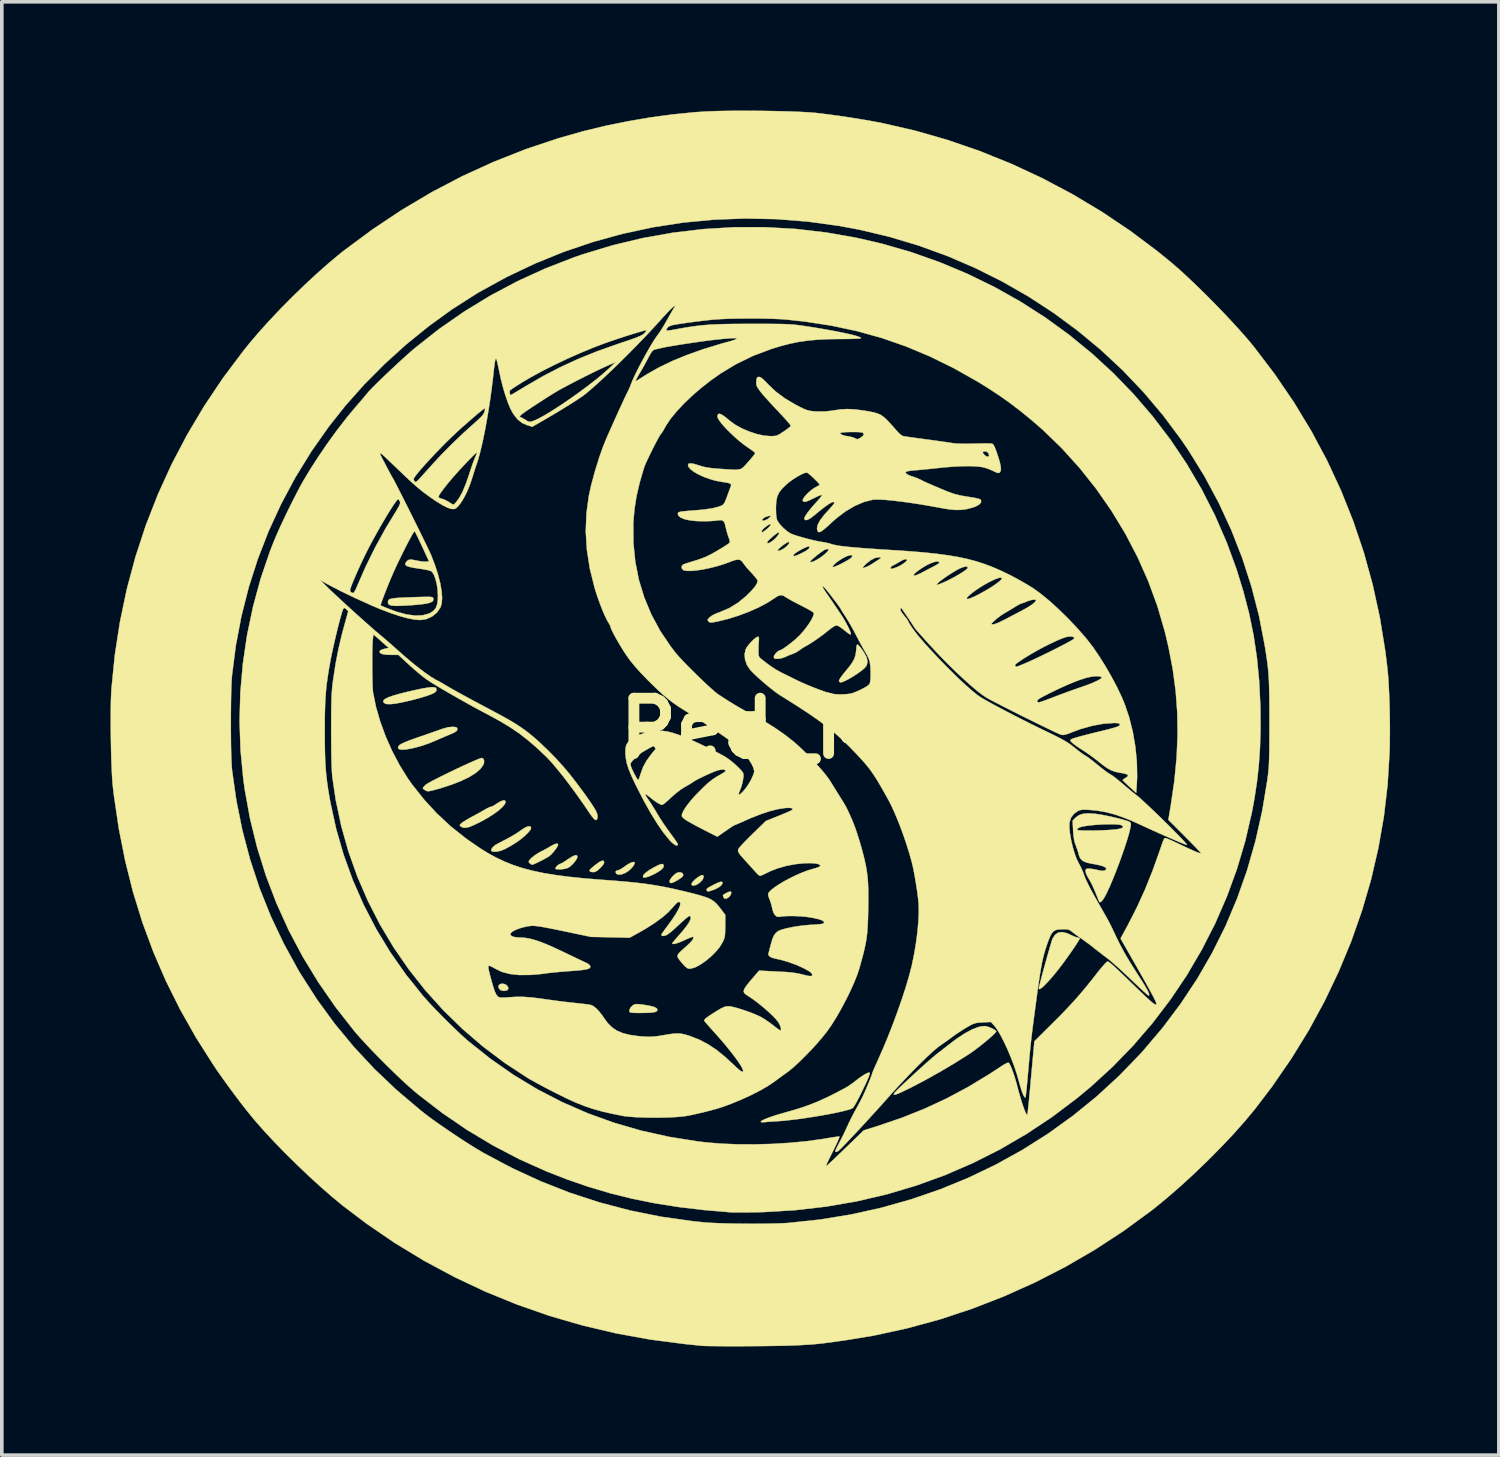
<source format=kicad_pcb>
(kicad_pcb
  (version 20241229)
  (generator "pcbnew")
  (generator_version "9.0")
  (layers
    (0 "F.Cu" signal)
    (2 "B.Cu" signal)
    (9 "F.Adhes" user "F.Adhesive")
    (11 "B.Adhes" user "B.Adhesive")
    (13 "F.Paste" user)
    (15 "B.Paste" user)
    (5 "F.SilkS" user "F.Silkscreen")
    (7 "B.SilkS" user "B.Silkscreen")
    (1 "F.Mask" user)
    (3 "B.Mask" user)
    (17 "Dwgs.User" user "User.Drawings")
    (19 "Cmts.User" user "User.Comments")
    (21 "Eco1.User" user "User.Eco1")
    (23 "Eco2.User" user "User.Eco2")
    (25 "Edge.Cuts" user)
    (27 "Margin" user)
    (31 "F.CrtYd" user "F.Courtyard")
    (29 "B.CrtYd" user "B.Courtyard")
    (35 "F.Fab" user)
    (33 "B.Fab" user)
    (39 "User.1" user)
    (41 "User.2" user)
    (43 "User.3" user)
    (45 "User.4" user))
  (footprint "Red_M"
    (layer "F.Cu")
    (at 17.629 17.045)
    (property "Reference" "Red_M" (at 0 0 0) (layer "F.SilkS") (effects (font (size 1.524 1.524) (thickness 0.3))))
    (attr through_hole)
    (fp_poly (pts (xy -6.76 7.05) (xy -6.711 7.075) (xy -6.667 7.125) (xy -6.657 7.178) (xy -6.684 7.218) (xy -6.695 7.224) (xy -6.782 7.239) (xy -6.862 7.221) (xy -6.894 7.199) (xy -6.93 7.141) (xy -6.925 7.09) (xy -6.888 7.054) (xy -6.83 7.038) (xy -6.76 7.05)) (stroke (width 0.01) (type solid)) (fill yes) (layer "F.SilkS"))
    (fp_poly (pts (xy -1.274 4.063) (xy -1.27 4.09) (xy -1.29 4.155) (xy -1.341 4.22) (xy -1.411 4.279) (xy -1.487 4.319) (xy -1.556 4.334) (xy -1.593 4.323) (xy -1.606 4.29) (xy -1.578 4.237) (xy -1.513 4.17) (xy -1.441 4.113) (xy -1.356 4.058) (xy -1.3 4.042) (xy -1.274 4.063)) (stroke (width 0.01) (type solid)) (fill yes) (layer "F.SilkS"))
    (fp_poly (pts (xy -0.509 4.514) (xy -0.512 4.557) (xy -0.538 4.61) (xy -0.567 4.644) (xy -0.633 4.689) (xy -0.688 4.694) (xy -0.721 4.659) (xy -0.735 4.613) (xy -0.737 4.6) (xy -0.716 4.579) (xy -0.666 4.549) (xy -0.606 4.519) (xy -0.552 4.499) (xy -0.533 4.496) (xy -0.509 4.514)) (stroke (width 0.01) (type solid)) (fill yes) (layer "F.SilkS"))
    (fp_poly (pts (xy -4.029 3.652) (xy -4.013 3.694) (xy -4.013 3.698) (xy -4.03 3.738) (xy -4.074 3.797) (xy -4.124 3.851) (xy -4.204 3.922) (xy -4.27 3.957) (xy -4.31 3.962) (xy -4.37 3.957) (xy -4.403 3.945) (xy -4.416 3.924) (xy -4.409 3.899) (xy -4.376 3.862) (xy -4.311 3.806) (xy -4.253 3.76) (xy -4.148 3.684) (xy -4.073 3.649) (xy -4.029 3.652)) (stroke (width 0.01) (type solid)) (fill yes) (layer "F.SilkS"))
    (fp_poly (pts (xy -2.378 3.758) (xy -2.371 3.773) (xy -2.377 3.825) (xy -2.429 3.886) (xy -2.521 3.954) (xy -2.651 4.025) (xy -2.657 4.028) (xy -2.786 4.084) (xy -2.879 4.111) (xy -2.932 4.108) (xy -2.946 4.081) (xy -2.924 4.033) (xy -2.86 3.971) (xy -2.76 3.9) (xy -2.634 3.827) (xy -2.526 3.771) (xy -2.452 3.742) (xy -2.405 3.738) (xy -2.378 3.758)) (stroke (width 0.01) (type solid)) (fill yes) (layer "F.SilkS"))
    (fp_poly (pts (xy -3.176 3.69) (xy -3.173 3.725) (xy -3.206 3.788) (xy -3.255 3.849) (xy -3.34 3.927) (xy -3.435 3.987) (xy -3.53 4.024) (xy -3.612 4.033) (xy -3.672 4.012) (xy -3.68 4.004) (xy -3.7 3.954) (xy -3.674 3.92) (xy -3.634 3.912) (xy -3.589 3.897) (xy -3.523 3.859) (xy -3.477 3.827) (xy -3.366 3.75) (xy -3.277 3.702) (xy -3.212 3.682) (xy -3.176 3.69)) (stroke (width 0.01) (type solid)) (fill yes) (layer "F.SilkS"))
    (fp_poly (pts (xy -1.921 3.967) (xy -1.86 3.984) (xy -1.835 4.023) (xy -1.834 4.03) (xy -1.839 4.066) (xy -1.872 4.104) (xy -1.941 4.153) (xy -1.977 4.176) (xy -2.082 4.235) (xy -2.153 4.262) (xy -2.194 4.258) (xy -2.209 4.224) (xy -2.21 4.212) (xy -2.192 4.164) (xy -2.144 4.099) (xy -2.106 4.059) (xy -2.035 3.998) (xy -1.979 3.971) (xy -1.922 3.967) (xy -1.921 3.967)) (stroke (width 0.01) (type solid)) (fill yes) (layer "F.SilkS"))
    (fp_poly (pts (xy -0.757 4.237) (xy -0.749 4.275) (xy -0.781 4.324) (xy -0.846 4.377) (xy -0.937 4.426) (xy -0.983 4.445) (xy -1.074 4.477) (xy -1.129 4.492) (xy -1.16 4.491) (xy -1.179 4.474) (xy -1.181 4.47) (xy -1.189 4.444) (xy -1.174 4.417) (xy -1.13 4.384) (xy -1.05 4.34) (xy -0.977 4.302) (xy -0.876 4.255) (xy -0.81 4.231) (xy -0.771 4.229) (xy -0.757 4.237)) (stroke (width 0.01) (type solid)) (fill yes) (layer "F.SilkS"))
    (fp_poly (pts (xy -4.767 3.498) (xy -4.75 3.536) (xy -4.75 3.541) (xy -4.768 3.592) (xy -4.814 3.662) (xy -4.877 3.736) (xy -4.946 3.801) (xy -5.004 3.842) (xy -5.069 3.864) (xy -5.15 3.879) (xy -5.234 3.886) (xy -5.305 3.884) (xy -5.351 3.873) (xy -5.359 3.861) (xy -5.34 3.821) (xy -5.297 3.775) (xy -5.248 3.741) (xy -5.225 3.734) (xy -5.19 3.72) (xy -5.126 3.683) (xy -5.044 3.629) (xy -5.008 3.604) (xy -4.895 3.532) (xy -4.815 3.496) (xy -4.767 3.498)) (stroke (width 0.01) (type solid)) (fill yes) (layer "F.SilkS"))
    (fp_poly (pts (xy -3.072 7.603) (xy -2.978 7.613) (xy -2.928 7.62) (xy -2.759 7.649) (xy -2.64 7.68) (xy -2.569 7.715) (xy -2.544 7.754) (xy -2.545 7.764) (xy -2.559 7.794) (xy -2.594 7.816) (xy -2.656 7.83) (xy -2.751 7.84) (xy -2.887 7.845) (xy -2.992 7.846) (xy -3.128 7.846) (xy -3.222 7.843) (xy -3.28 7.835) (xy -3.31 7.823) (xy -3.317 7.812) (xy -3.315 7.754) (xy -3.277 7.688) (xy -3.213 7.63) (xy -3.176 7.611) (xy -3.134 7.602) (xy -3.072 7.603)) (stroke (width 0.01) (type solid)) (fill yes) (layer "F.SilkS"))
    (fp_poly (pts (xy -6.054 2.703) (xy -6.041 2.712) (xy -6.028 2.745) (xy -6.046 2.792) (xy -6.099 2.858) (xy -6.189 2.948) (xy -6.217 2.974) (xy -6.331 3.068) (xy -6.472 3.165) (xy -6.621 3.256) (xy -6.763 3.33) (xy -6.852 3.368) (xy -6.945 3.392) (xy -7.032 3.401) (xy -7.098 3.394) (xy -7.125 3.377) (xy -7.126 3.332) (xy -7.087 3.275) (xy -7.016 3.215) (xy -6.929 3.165) (xy -6.72 3.058) (xy -6.537 2.957) (xy -6.389 2.865) (xy -6.312 2.81) (xy -6.2 2.736) (xy -6.113 2.699) (xy -6.054 2.703)) (stroke (width 0.01) (type solid)) (fill yes) (layer "F.SilkS"))
    (fp_poly (pts (xy -8.704 -1.137) (xy -8.659 -1.122) (xy -8.645 -1.105) (xy -8.642 -1.047) (xy -8.653 -1.021) (xy -8.697 -0.985) (xy -8.789 -0.942) (xy -8.924 -0.894) (xy -9.098 -0.841) (xy -9.31 -0.785) (xy -9.352 -0.774) (xy -9.582 -0.722) (xy -9.766 -0.687) (xy -9.907 -0.672) (xy -10.007 -0.674) (xy -10.052 -0.685) (xy -10.096 -0.718) (xy -10.109 -0.748) (xy -10.093 -0.785) (xy -10.042 -0.824) (xy -9.954 -0.865) (xy -9.826 -0.909) (xy -9.656 -0.958) (xy -9.44 -1.012) (xy -9.258 -1.054) (xy -9.057 -1.097) (xy -8.899 -1.125) (xy -8.783 -1.139) (xy -8.704 -1.137)) (stroke (width 0.01) (type solid)) (fill yes) (layer "F.SilkS"))
    (fp_poly (pts (xy -5.291 3.182) (xy -5.283 3.202) (xy -5.299 3.247) (xy -5.341 3.314) (xy -5.399 3.39) (xy -5.461 3.462) (xy -5.519 3.515) (xy -5.521 3.517) (xy -5.568 3.547) (xy -5.643 3.589) (xy -5.733 3.637) (xy -5.825 3.684) (xy -5.909 3.723) (xy -5.971 3.75) (xy -5.999 3.758) (xy -6.025 3.747) (xy -6.052 3.732) (xy -6.088 3.695) (xy -6.096 3.671) (xy -6.075 3.63) (xy -6.021 3.573) (xy -5.942 3.509) (xy -5.851 3.447) (xy -5.757 3.394) (xy -5.747 3.389) (xy -5.645 3.337) (xy -5.538 3.278) (xy -5.493 3.25) (xy -5.402 3.2) (xy -5.333 3.177) (xy -5.291 3.182)) (stroke (width 0.01) (type solid)) (fill yes) (layer "F.SilkS"))
    (fp_poly (pts (xy 2.989 -2.306) (xy 3.005 -2.293) (xy 3.045 -2.249) (xy 3.099 -2.177) (xy 3.153 -2.098) (xy 3.224 -1.968) (xy 3.25 -1.858) (xy 3.235 -1.761) (xy 3.209 -1.712) (xy 3.159 -1.657) (xy 3.077 -1.589) (xy 2.972 -1.514) (xy 2.857 -1.439) (xy 2.741 -1.37) (xy 2.635 -1.315) (xy 2.549 -1.28) (xy 2.503 -1.27) (xy 2.471 -1.291) (xy 2.464 -1.319) (xy 2.48 -1.358) (xy 2.523 -1.424) (xy 2.586 -1.507) (xy 2.642 -1.576) (xy 2.753 -1.71) (xy 2.832 -1.821) (xy 2.885 -1.92) (xy 2.918 -2.019) (xy 2.936 -2.128) (xy 2.939 -2.162) (xy 2.947 -2.253) (xy 2.956 -2.302) (xy 2.968 -2.317) (xy 2.989 -2.306)) (stroke (width 0.01) (type solid)) (fill yes) (layer "F.SilkS"))
    (fp_poly (pts (xy -8.799 -3.629) (xy -8.761 -3.623) (xy -8.74 -3.613) (xy -8.73 -3.598) (xy -8.729 -3.595) (xy -8.723 -3.546) (xy -8.748 -3.506) (xy -8.809 -3.474) (xy -8.908 -3.447) (xy -9.05 -3.426) (xy -9.237 -3.408) (xy -9.304 -3.403) (xy -9.495 -3.391) (xy -9.642 -3.384) (xy -9.753 -3.382) (xy -9.833 -3.386) (xy -9.892 -3.394) (xy -9.927 -3.405) (xy -9.971 -3.437) (xy -9.978 -3.493) (xy -9.978 -3.498) (xy -9.971 -3.528) (xy -9.954 -3.552) (xy -9.922 -3.57) (xy -9.869 -3.584) (xy -9.79 -3.596) (xy -9.678 -3.605) (xy -9.529 -3.612) (xy -9.337 -3.62) (xy -9.256 -3.623) (xy -9.083 -3.628) (xy -8.953 -3.631) (xy -8.861 -3.632) (xy -8.799 -3.629)) (stroke (width 0.01) (type solid)) (fill yes) (layer "F.SilkS"))
    (fp_poly (pts (xy -6.751 1.986) (xy -6.731 2.019) (xy -6.731 2.021) (xy -6.754 2.086) (xy -6.819 2.166) (xy -6.921 2.258) (xy -7.055 2.356) (xy -7.216 2.459) (xy -7.398 2.561) (xy -7.598 2.66) (xy -7.604 2.663) (xy -7.735 2.716) (xy -7.835 2.739) (xy -7.911 2.733) (xy -7.964 2.705) (xy -7.994 2.678) (xy -7.993 2.655) (xy -7.958 2.62) (xy -7.938 2.603) (xy -7.88 2.562) (xy -7.792 2.508) (xy -7.691 2.451) (xy -7.658 2.434) (xy -7.545 2.373) (xy -7.428 2.309) (xy -7.331 2.253) (xy -7.315 2.243) (xy -7.236 2.199) (xy -7.17 2.169) (xy -7.136 2.159) (xy -7.094 2.145) (xy -7.029 2.109) (xy -6.971 2.07) (xy -6.878 2.013) (xy -6.802 1.985) (xy -6.751 1.986)) (stroke (width 0.01) (type solid)) (fill yes) (layer "F.SilkS"))
    (fp_poly (pts (xy -7.346 0.834) (xy -7.325 0.887) (xy -7.33 0.959) (xy -7.35 1.009) (xy -7.431 1.119) (xy -7.562 1.23) (xy -7.737 1.339) (xy -7.956 1.445) (xy -8.215 1.546) (xy -8.511 1.643) (xy -8.652 1.683) (xy -8.761 1.712) (xy -8.834 1.727) (xy -8.882 1.73) (xy -8.918 1.722) (xy -8.95 1.705) (xy -8.997 1.671) (xy -9.017 1.647) (xy -9.017 1.646) (xy -9 1.619) (xy -8.957 1.573) (xy -8.935 1.551) (xy -8.893 1.523) (xy -8.813 1.477) (xy -8.702 1.418) (xy -8.566 1.349) (xy -8.413 1.273) (xy -8.249 1.193) (xy -8.082 1.113) (xy -7.919 1.036) (xy -7.765 0.966) (xy -7.629 0.905) (xy -7.517 0.857) (xy -7.436 0.825) (xy -7.393 0.813) (xy -7.392 0.813) (xy -7.346 0.834)) (stroke (width 0.01) (type solid)) (fill yes) (layer "F.SilkS"))
    (fp_poly (pts (xy -8.182 -0.046) (xy -8.11 -0.038) (xy -8.075 -0.022) (xy -8.065 0.009) (xy -8.065 0.021) (xy -8.071 0.052) (xy -8.097 0.08) (xy -8.15 0.112) (xy -8.24 0.152) (xy -8.28 0.169) (xy -8.408 0.222) (xy -8.547 0.282) (xy -8.671 0.336) (xy -8.687 0.343) (xy -8.847 0.409) (xy -9.012 0.467) (xy -9.174 0.514) (xy -9.326 0.551) (xy -9.462 0.575) (xy -9.572 0.584) (xy -9.651 0.578) (xy -9.69 0.554) (xy -9.692 0.551) (xy -9.698 0.517) (xy -9.687 0.486) (xy -9.655 0.453) (xy -9.595 0.418) (xy -9.504 0.376) (xy -9.377 0.326) (xy -9.209 0.265) (xy -9.081 0.221) (xy -8.928 0.168) (xy -8.777 0.115) (xy -8.639 0.067) (xy -8.529 0.028) (xy -8.487 0.013) (xy -8.318 -0.035) (xy -8.184 -0.046) (xy -8.182 -0.046)) (stroke (width 0.01) (type solid)) (fill yes) (layer "F.SilkS"))
    (fp_poly (pts (xy 8.755 5.648) (xy 8.849 5.69) (xy 8.933 5.729) (xy 9.005 5.757) (xy 9.044 5.766) (xy 9.091 5.777) (xy 9.104 5.788) (xy 9.095 5.816) (xy 9.059 5.877) (xy 9.003 5.965) (xy 8.93 6.074) (xy 8.845 6.197) (xy 8.753 6.326) (xy 8.659 6.456) (xy 8.566 6.579) (xy 8.481 6.689) (xy 8.452 6.725) (xy 8.328 6.874) (xy 8.217 6.997) (xy 8.124 7.093) (xy 8.051 7.158) (xy 8.001 7.188) (xy 7.977 7.182) (xy 7.976 7.172) (xy 7.982 7.134) (xy 8.001 7.055) (xy 8.03 6.944) (xy 8.066 6.807) (xy 8.107 6.654) (xy 8.151 6.493) (xy 8.197 6.33) (xy 8.241 6.175) (xy 8.281 6.035) (xy 8.316 5.919) (xy 8.342 5.834) (xy 8.359 5.789) (xy 8.36 5.787) (xy 8.43 5.685) (xy 8.517 5.628) (xy 8.625 5.616) (xy 8.755 5.648)) (stroke (width 0.01) (type solid)) (fill yes) (layer "F.SilkS"))
    (fp_poly (pts (xy 6.564 8.223) (xy 6.658 8.26) (xy 6.667 8.264) (xy 6.741 8.302) (xy 6.79 8.336) (xy 6.803 8.357) (xy 6.776 8.394) (xy 6.715 8.455) (xy 6.628 8.533) (xy 6.523 8.623) (xy 6.406 8.718) (xy 6.285 8.813) (xy 6.168 8.9) (xy 6.062 8.974) (xy 6.032 8.993) (xy 5.675 9.218) (xy 5.307 9.437) (xy 4.946 9.642) (xy 4.603 9.825) (xy 4.49 9.883) (xy 4.316 9.969) (xy 4.183 10.033) (xy 4.086 10.076) (xy 4.022 10.1) (xy 3.986 10.105) (xy 3.975 10.094) (xy 3.983 10.068) (xy 3.985 10.064) (xy 4.012 10.031) (xy 4.072 9.969) (xy 4.159 9.884) (xy 4.266 9.782) (xy 4.389 9.667) (xy 4.521 9.545) (xy 4.657 9.421) (xy 4.79 9.301) (xy 4.916 9.189) (xy 5.029 9.09) (xy 5.122 9.011) (xy 5.19 8.957) (xy 5.196 8.952) (xy 5.264 8.901) (xy 5.354 8.831) (xy 5.45 8.755) (xy 5.474 8.736) (xy 5.711 8.557) (xy 5.93 8.413) (xy 6.127 8.306) (xy 6.299 8.238) (xy 6.405 8.214) (xy 6.487 8.209) (xy 6.564 8.223)) (stroke (width 0.01) (type solid)) (fill yes) (layer "F.SilkS"))
    (fp_poly (pts (xy 3.315 9.5) (xy 3.31 9.532) (xy 3.286 9.601) (xy 3.246 9.697) (xy 3.193 9.814) (xy 3.133 9.941) (xy 3.069 10.071) (xy 3.006 10.196) (xy 2.947 10.307) (xy 2.896 10.396) (xy 2.858 10.453) (xy 2.843 10.47) (xy 2.786 10.497) (xy 2.686 10.528) (xy 2.549 10.562) (xy 2.382 10.599) (xy 2.191 10.637) (xy 1.982 10.675) (xy 1.764 10.711) (xy 1.542 10.745) (xy 1.323 10.776) (xy 1.114 10.801) (xy 0.921 10.821) (xy 0.752 10.834) (xy 0.749 10.834) (xy 0.629 10.841) (xy 0.517 10.849) (xy 0.43 10.857) (xy 0.4 10.86) (xy 0.339 10.862) (xy 0.307 10.854) (xy 0.305 10.85) (xy 0.329 10.823) (xy 0.396 10.787) (xy 0.501 10.743) (xy 0.639 10.695) (xy 0.803 10.643) (xy 0.978 10.593) (xy 1.231 10.521) (xy 1.457 10.45) (xy 1.668 10.375) (xy 1.874 10.292) (xy 2.087 10.196) (xy 2.318 10.083) (xy 2.578 9.947) (xy 2.643 9.913) (xy 2.719 9.867) (xy 2.815 9.8) (xy 2.914 9.727) (xy 2.932 9.712) (xy 3.054 9.62) (xy 3.159 9.55) (xy 3.242 9.506) (xy 3.296 9.491) (xy 3.315 9.5)) (stroke (width 0.01) (type solid)) (fill yes) (layer "F.SilkS"))
    (fp_poly (pts (xy 9.518 2.352) (xy 9.58 2.36) (xy 9.698 2.378) (xy 9.834 2.404) (xy 9.98 2.435) (xy 10.124 2.469) (xy 10.256 2.503) (xy 10.367 2.534) (xy 10.446 2.561) (xy 10.481 2.577) (xy 10.505 2.6) (xy 10.515 2.63) (xy 10.511 2.682) (xy 10.494 2.769) (xy 10.494 2.772) (xy 10.461 2.906) (xy 10.411 3.076) (xy 10.347 3.275) (xy 10.272 3.491) (xy 10.19 3.717) (xy 10.104 3.943) (xy 10.017 4.159) (xy 9.934 4.356) (xy 9.856 4.525) (xy 9.849 4.541) (xy 9.786 4.659) (xy 9.729 4.743) (xy 9.683 4.787) (xy 9.651 4.79) (xy 9.644 4.782) (xy 9.631 4.751) (xy 9.603 4.685) (xy 9.566 4.593) (xy 9.537 4.521) (xy 9.487 4.401) (xy 9.431 4.283) (xy 9.379 4.186) (xy 9.359 4.153) (xy 9.311 4.07) (xy 9.277 3.991) (xy 9.267 3.95) (xy 9.267 3.895) (xy 9.293 3.872) (xy 9.331 3.865) (xy 9.393 3.867) (xy 9.484 3.88) (xy 9.577 3.899) (xy 9.679 3.921) (xy 9.748 3.927) (xy 9.794 3.917) (xy 9.803 3.912) (xy 9.839 3.879) (xy 9.828 3.844) (xy 9.771 3.809) (xy 9.671 3.776) (xy 9.532 3.746) (xy 9.449 3.732) (xy 9.298 3.7) (xy 9.19 3.653) (xy 9.12 3.586) (xy 9.083 3.497) (xy 9.081 3.489) (xy 9.068 3.433) (xy 9.048 3.368) (xy 9.017 3.28) (xy 8.973 3.162) (xy 8.955 3.093) (xy 8.938 2.989) (xy 8.926 2.868) (xy 8.921 2.801) (xy 8.921 2.793) (xy 9.03 2.793) (xy 9.03 2.795) (xy 9.061 2.805) (xy 9.135 2.812) (xy 9.244 2.816) (xy 9.38 2.817) (xy 9.536 2.815) (xy 9.702 2.81) (xy 9.873 2.802) (xy 9.948 2.797) (xy 10.11 2.783) (xy 10.222 2.763) (xy 10.286 2.738) (xy 10.301 2.708) (xy 10.272 2.675) (xy 10.22 2.657) (xy 10.127 2.646) (xy 10.003 2.641) (xy 9.859 2.642) (xy 9.702 2.647) (xy 9.544 2.658) (xy 9.394 2.672) (xy 9.261 2.69) (xy 9.155 2.71) (xy 9.087 2.734) (xy 9.042 2.766) (xy 9.03 2.793) (xy 8.921 2.793) (xy 8.909 2.542) (xy 8.996 2.454) (xy 9.083 2.391) (xy 9.194 2.354) (xy 9.337 2.341) (xy 9.518 2.352)) (stroke (width 0.01) (type solid)) (fill yes) (layer "F.SilkS"))
    (fp_poly (pts (xy 0.085 -17.039) (xy 0.379 -17.036) (xy 0.669 -17.031) (xy 0.948 -17.025) (xy 1.208 -17.017) (xy 1.442 -17.007) (xy 1.642 -16.996) (xy 1.8 -16.983) (xy 1.829 -16.98) (xy 2.13 -16.944) (xy 2.458 -16.9) (xy 2.797 -16.849) (xy 3.131 -16.795) (xy 3.442 -16.74) (xy 3.654 -16.7) (xy 4.563 -16.491) (xy 5.462 -16.233) (xy 6.348 -15.928) (xy 7.219 -15.576) (xy 8.072 -15.179) (xy 8.904 -14.738) (xy 9.713 -14.254) (xy 10.496 -13.728) (xy 11.25 -13.163) (xy 11.62 -12.862) (xy 11.829 -12.681) (xy 12.062 -12.469) (xy 12.311 -12.232) (xy 12.57 -11.979) (xy 12.832 -11.715) (xy 13.089 -11.449) (xy 13.334 -11.188) (xy 13.561 -10.938) (xy 13.762 -10.707) (xy 13.91 -10.528) (xy 14.486 -9.771) (xy 15.014 -8.996) (xy 15.494 -8.203) (xy 15.927 -7.393) (xy 16.312 -6.564) (xy 16.65 -5.717) (xy 16.942 -4.851) (xy 17.186 -3.966) (xy 17.383 -3.061) (xy 17.533 -2.137) (xy 17.59 -1.676) (xy 17.611 -1.452) (xy 17.628 -1.187) (xy 17.642 -0.891) (xy 17.652 -0.574) (xy 17.658 -0.247) (xy 17.66 0.082) (xy 17.657 0.401) (xy 17.651 0.654) (xy 17.598 1.541) (xy 17.495 2.424) (xy 17.342 3.299) (xy 17.141 4.167) (xy 16.891 5.024) (xy 16.594 5.87) (xy 16.249 6.703) (xy 15.859 7.521) (xy 15.423 8.323) (xy 14.941 9.106) (xy 14.416 9.869) (xy 13.933 10.503) (xy 13.658 10.834) (xy 13.348 11.183) (xy 13.009 11.542) (xy 12.651 11.904) (xy 12.282 12.26) (xy 11.909 12.603) (xy 11.54 12.925) (xy 11.183 13.218) (xy 11.062 13.313) (xy 10.303 13.867) (xy 9.516 14.381) (xy 8.702 14.853) (xy 7.865 15.282) (xy 7.007 15.667) (xy 6.131 16.007) (xy 5.239 16.302) (xy 4.334 16.548) (xy 3.419 16.747) (xy 2.642 16.875) (xy 2.408 16.908) (xy 2.215 16.935) (xy 2.051 16.956) (xy 1.906 16.972) (xy 1.771 16.985) (xy 1.635 16.995) (xy 1.487 17.004) (xy 1.318 17.013) (xy 1.206 17.018) (xy 1.077 17.022) (xy 0.914 17.027) (xy 0.723 17.03) (xy 0.512 17.033) (xy 0.285 17.036) (xy 0.051 17.037) (xy -0.184 17.039) (xy -0.415 17.039) (xy -0.634 17.039) (xy -0.835 17.038) (xy -1.012 17.036) (xy -1.158 17.034) (xy -1.266 17.031) (xy -1.331 17.027) (xy -1.333 17.027) (xy -1.385 17.021) (xy -1.477 17.011) (xy -1.596 16.999) (xy -1.732 16.985) (xy -1.791 16.979) (xy -2.745 16.855) (xy -3.688 16.684) (xy -4.615 16.465) (xy -5.527 16.2) (xy -6.421 15.888) (xy -7.296 15.531) (xy -8.149 15.128) (xy -8.98 14.682) (xy -9.786 14.193) (xy -10.566 13.66) (xy -11.222 13.163) (xy -11.518 12.919) (xy -11.834 12.643) (xy -12.162 12.344) (xy -12.491 12.03) (xy -12.815 11.71) (xy -13.124 11.392) (xy -13.41 11.084) (xy -13.664 10.794) (xy -13.709 10.74) (xy -13.853 10.563) (xy -14.016 10.355) (xy -14.189 10.127) (xy -14.365 9.889) (xy -14.534 9.655) (xy -14.69 9.433) (xy -14.783 9.296) (xy -15.27 8.529) (xy -15.709 7.753) (xy -16.101 6.967) (xy -16.448 6.166) (xy -16.751 5.347) (xy -17.01 4.509) (xy -17.226 3.647) (xy -17.402 2.759) (xy -17.537 1.842) (xy -17.566 1.6) (xy -17.579 1.453) (xy -17.591 1.263) (xy -17.601 1.039) (xy -17.61 0.789) (xy -17.616 0.522) (xy -17.621 0.247) (xy -17.624 -0.029) (xy -17.624 -0.234) (xy -14.311 -0.234) (xy -14.311 0.022) (xy -14.309 0.273) (xy -14.306 0.509) (xy -14.301 0.724) (xy -14.294 0.91) (xy -14.286 1.059) (xy -14.279 1.143) (xy -14.159 1.988) (xy -13.992 2.814) (xy -13.778 3.622) (xy -13.517 4.412) (xy -13.208 5.182) (xy -12.852 5.933) (xy -12.45 6.666) (xy -12.388 6.769) (xy -11.937 7.472) (xy -11.449 8.142) (xy -10.922 8.779) (xy -10.356 9.387) (xy -9.748 9.965) (xy -9.098 10.516) (xy -8.951 10.633) (xy -8.799 10.747) (xy -8.614 10.88) (xy -8.405 11.025) (xy -8.183 11.176) (xy -7.958 11.325) (xy -7.741 11.465) (xy -7.54 11.59) (xy -7.368 11.693) (xy -7.341 11.708) (xy -6.56 12.123) (xy -5.766 12.489) (xy -4.958 12.807) (xy -4.135 13.075) (xy -3.298 13.295) (xy -2.446 13.467) (xy -1.578 13.59) (xy -1.232 13.625) (xy -1.073 13.636) (xy -0.873 13.645) (xy -0.642 13.653) (xy -0.389 13.658) (xy -0.126 13.661) (xy 0.14 13.662) (xy 0.397 13.66) (xy 0.636 13.656) (xy 0.848 13.65) (xy 1.021 13.642) (xy 1.068 13.638) (xy 1.939 13.546) (xy 2.795 13.406) (xy 3.634 13.22) (xy 4.455 12.988) (xy 5.257 12.712) (xy 6.037 12.392) (xy 6.794 12.028) (xy 7.527 11.622) (xy 8.234 11.175) (xy 8.913 10.686) (xy 9.564 10.157) (xy 10.184 9.588) (xy 10.772 8.981) (xy 10.845 8.9) (xy 11.393 8.254) (xy 11.894 7.586) (xy 12.351 6.895) (xy 12.762 6.182) (xy 13.128 5.446) (xy 13.448 4.686) (xy 13.724 3.903) (xy 13.954 3.096) (xy 14.14 2.266) (xy 14.281 1.412) (xy 14.281 1.41) (xy 14.295 1.308) (xy 14.306 1.213) (xy 14.315 1.118) (xy 14.322 1.018) (xy 14.327 0.905) (xy 14.331 0.774) (xy 14.334 0.619) (xy 14.336 0.433) (xy 14.337 0.212) (xy 14.338 -0.052) (xy 14.338 -0.165) (xy 14.338 -0.467) (xy 14.337 -0.725) (xy 14.334 -0.947) (xy 14.33 -1.138) (xy 14.324 -1.307) (xy 14.315 -1.459) (xy 14.304 -1.603) (xy 14.289 -1.744) (xy 14.27 -1.891) (xy 14.246 -2.049) (xy 14.219 -2.226) (xy 14.209 -2.286) (xy 14.051 -3.103) (xy 13.844 -3.907) (xy 13.59 -4.697) (xy 13.288 -5.47) (xy 12.94 -6.223) (xy 12.547 -6.956) (xy 12.11 -7.664) (xy 11.898 -7.976) (xy 11.401 -8.642) (xy 10.866 -9.276) (xy 10.294 -9.877) (xy 9.688 -10.443) (xy 9.051 -10.972) (xy 8.383 -11.464) (xy 7.687 -11.918) (xy 6.964 -12.332) (xy 6.218 -12.704) (xy 5.45 -13.035) (xy 4.661 -13.321) (xy 3.854 -13.563) (xy 3.031 -13.759) (xy 2.451 -13.867) (xy 1.59 -13.984) (xy 0.729 -14.051) (xy -0.129 -14.068) (xy -0.984 -14.036) (xy -1.833 -13.955) (xy -2.674 -13.825) (xy -3.506 -13.646) (xy -4.326 -13.42) (xy -5.133 -13.146) (xy -5.925 -12.824) (xy -6.7 -12.456) (xy -7.456 -12.041) (xy -7.548 -11.986) (xy -8.207 -11.565) (xy -8.85 -11.1) (xy -9.472 -10.596) (xy -10.067 -10.058) (xy -10.63 -9.492) (xy -11.155 -8.901) (xy -11.615 -8.32) (xy -12.097 -7.633) (xy -12.533 -6.924) (xy -12.924 -6.194) (xy -13.269 -5.445) (xy -13.567 -4.678) (xy -13.818 -3.895) (xy -14.02 -3.098) (xy -14.174 -2.288) (xy -14.279 -1.467) (xy -14.28 -1.46) (xy -14.289 -1.332) (xy -14.297 -1.163) (xy -14.303 -0.961) (xy -14.307 -0.733) (xy -14.31 -0.488) (xy -14.311 -0.234) (xy -17.624 -0.234) (xy -17.624 -0.297) (xy -17.623 -0.548) (xy -17.619 -0.775) (xy -17.612 -0.968) (xy -17.605 -1.092) (xy -17.512 -2.024) (xy -17.37 -2.942) (xy -17.181 -3.845) (xy -16.943 -4.731) (xy -16.658 -5.601) (xy -16.325 -6.453) (xy -15.945 -7.287) (xy -15.518 -8.101) (xy -15.045 -8.896) (xy -14.526 -9.67) (xy -13.962 -10.422) (xy -13.798 -10.625) (xy -13.542 -10.927) (xy -13.253 -11.247) (xy -12.94 -11.578) (xy -12.61 -11.911) (xy -12.273 -12.238) (xy -11.936 -12.55) (xy -11.608 -12.84) (xy -11.297 -13.099) (xy -11.189 -13.185) (xy -10.403 -13.767) (xy -9.598 -14.303) (xy -8.773 -14.792) (xy -7.928 -15.235) (xy -7.062 -15.63) (xy -6.176 -15.98) (xy -5.27 -16.283) (xy -4.572 -16.48) (xy -3.973 -16.625) (xy -3.353 -16.751) (xy -2.726 -16.858) (xy -2.105 -16.941) (xy -1.504 -17) (xy -1.176 -17.021) (xy -0.977 -17.029) (xy -0.744 -17.035) (xy -0.484 -17.038) (xy -0.205 -17.04) (xy 0.085 -17.039)) (stroke (width 0.01) (type solid)) (fill yes) (layer "F.SilkS"))
    (fp_poly (pts (xy 0.284 -9.694) (xy 0.329 -9.668) (xy 0.39 -9.615) (xy 0.474 -9.531) (xy 0.511 -9.491) (xy 0.724 -9.29) (xy 0.97 -9.107) (xy 1.255 -8.937) (xy 1.37 -8.877) (xy 1.483 -8.822) (xy 1.57 -8.787) (xy 1.647 -8.765) (xy 1.733 -8.753) (xy 1.846 -8.745) (xy 1.853 -8.745) (xy 2.105 -8.746) (xy 2.313 -8.773) (xy 2.507 -8.802) (xy 2.692 -8.812) (xy 2.888 -8.803) (xy 3.111 -8.775) (xy 3.289 -8.747) (xy 3.425 -8.719) (xy 3.531 -8.688) (xy 3.615 -8.65) (xy 3.689 -8.6) (xy 3.762 -8.535) (xy 3.797 -8.5) (xy 3.885 -8.406) (xy 3.976 -8.307) (xy 4.05 -8.221) (xy 4.056 -8.213) (xy 4.121 -8.143) (xy 4.185 -8.09) (xy 4.227 -8.067) (xy 4.27 -8.06) (xy 4.355 -8.046) (xy 4.474 -8.029) (xy 4.62 -8.009) (xy 4.783 -7.987) (xy 4.869 -7.975) (xy 5.046 -7.952) (xy 5.214 -7.928) (xy 5.366 -7.907) (xy 5.49 -7.889) (xy 5.578 -7.875) (xy 5.601 -7.871) (xy 5.697 -7.86) (xy 5.838 -7.855) (xy 6.014 -7.854) (xy 6.21 -7.858) (xy 6.359 -7.862) (xy 6.49 -7.864) (xy 6.596 -7.863) (xy 6.668 -7.859) (xy 6.695 -7.855) (xy 6.723 -7.828) (xy 6.751 -7.78) (xy 6.783 -7.704) (xy 6.823 -7.592) (xy 6.857 -7.488) (xy 6.903 -7.332) (xy 6.927 -7.216) (xy 6.93 -7.134) (xy 6.913 -7.08) (xy 6.896 -7.062) (xy 6.867 -7.048) (xy 6.823 -7.055) (xy 6.754 -7.085) (xy 6.711 -7.107) (xy 6.604 -7.154) (xy 6.484 -7.194) (xy 6.414 -7.211) (xy 6.265 -7.229) (xy 6.074 -7.237) (xy 5.851 -7.235) (xy 5.603 -7.222) (xy 5.338 -7.2) (xy 5.245 -7.19) (xy 5.081 -7.172) (xy 4.913 -7.155) (xy 4.758 -7.14) (xy 4.631 -7.128) (xy 4.581 -7.124) (xy 4.445 -7.111) (xy 4.355 -7.096) (xy 4.308 -7.077) (xy 4.301 -7.053) (xy 4.33 -7.022) (xy 4.33 -7.022) (xy 4.385 -6.991) (xy 4.464 -6.959) (xy 4.498 -6.949) (xy 4.597 -6.914) (xy 4.701 -6.869) (xy 4.727 -6.856) (xy 4.773 -6.832) (xy 4.825 -6.807) (xy 4.891 -6.777) (xy 4.976 -6.74) (xy 5.087 -6.692) (xy 5.231 -6.631) (xy 5.415 -6.554) (xy 5.447 -6.54) (xy 5.624 -6.476) (xy 5.816 -6.427) (xy 5.975 -6.399) (xy 6.124 -6.376) (xy 6.23 -6.357) (xy 6.302 -6.341) (xy 6.346 -6.326) (xy 6.371 -6.31) (xy 6.383 -6.291) (xy 6.384 -6.288) (xy 6.38 -6.232) (xy 6.33 -6.177) (xy 6.236 -6.125) (xy 6.152 -6.095) (xy 5.992 -6.053) (xy 5.837 -6.031) (xy 5.673 -6.029) (xy 5.488 -6.047) (xy 5.283 -6.082) (xy 4.991 -6.135) (xy 4.706 -6.184) (xy 4.434 -6.225) (xy 4.179 -6.26) (xy 3.948 -6.287) (xy 3.746 -6.306) (xy 3.579 -6.316) (xy 3.452 -6.316) (xy 3.392 -6.31) (xy 3.148 -6.247) (xy 2.897 -6.139) (xy 2.645 -5.99) (xy 2.4 -5.805) (xy 2.288 -5.706) (xy 2.159 -5.587) (xy 2.061 -5.502) (xy 1.988 -5.447) (xy 1.937 -5.42) (xy 1.902 -5.417) (xy 1.879 -5.436) (xy 1.878 -5.437) (xy 1.856 -5.517) (xy 1.877 -5.619) (xy 1.942 -5.742) (xy 2.052 -5.887) (xy 2.143 -5.989) (xy 2.221 -6.075) (xy 2.284 -6.148) (xy 2.325 -6.2) (xy 2.337 -6.222) (xy 2.321 -6.249) (xy 2.274 -6.242) (xy 2.194 -6.199) (xy 2.081 -6.121) (xy 1.935 -6.007) (xy 1.788 -5.885) (xy 1.674 -5.798) (xy 1.589 -5.753) (xy 1.532 -5.75) (xy 1.506 -5.78) (xy 1.515 -5.821) (xy 1.555 -5.892) (xy 1.621 -5.985) (xy 1.707 -6.093) (xy 1.81 -6.21) (xy 1.835 -6.237) (xy 1.907 -6.317) (xy 1.962 -6.385) (xy 1.993 -6.43) (xy 1.997 -6.444) (xy 1.969 -6.441) (xy 1.906 -6.418) (xy 1.821 -6.379) (xy 1.771 -6.355) (xy 1.651 -6.296) (xy 1.567 -6.262) (xy 1.512 -6.252) (xy 1.479 -6.263) (xy 1.463 -6.288) (xy 1.472 -6.329) (xy 1.512 -6.39) (xy 1.575 -6.462) (xy 1.652 -6.536) (xy 1.733 -6.602) (xy 1.809 -6.651) (xy 1.819 -6.656) (xy 1.884 -6.69) (xy 1.924 -6.715) (xy 1.93 -6.723) (xy 1.913 -6.753) (xy 1.867 -6.805) (xy 1.802 -6.87) (xy 1.731 -6.939) (xy 1.662 -7) (xy 1.606 -7.044) (xy 1.574 -7.061) (xy 1.574 -7.061) (xy 1.51 -7.046) (xy 1.418 -7.005) (xy 1.31 -6.946) (xy 1.196 -6.873) (xy 1.087 -6.795) (xy 1.012 -6.732) (xy 0.895 -6.617) (xy 0.813 -6.513) (xy 0.762 -6.405) (xy 0.735 -6.279) (xy 0.725 -6.121) (xy 0.725 -6.071) (xy 0.728 -5.929) (xy 0.737 -5.828) (xy 0.754 -5.758) (xy 0.767 -5.726) (xy 0.831 -5.635) (xy 0.924 -5.536) (xy 1.027 -5.446) (xy 1.125 -5.381) (xy 1.128 -5.379) (xy 1.199 -5.35) (xy 1.307 -5.314) (xy 1.441 -5.275) (xy 1.587 -5.235) (xy 1.732 -5.199) (xy 1.866 -5.169) (xy 1.974 -5.149) (xy 1.999 -5.146) (xy 2.1 -5.128) (xy 2.201 -5.104) (xy 2.234 -5.093) (xy 2.294 -5.075) (xy 2.369 -5.058) (xy 2.463 -5.041) (xy 2.579 -5.026) (xy 2.722 -5.01) (xy 2.895 -4.994) (xy 3.103 -4.977) (xy 3.349 -4.959) (xy 3.637 -4.939) (xy 3.972 -4.918) (xy 4.013 -4.916) (xy 4.439 -4.887) (xy 4.819 -4.855) (xy 5.161 -4.819) (xy 5.468 -4.778) (xy 5.748 -4.731) (xy 6.006 -4.676) (xy 6.247 -4.612) (xy 6.477 -4.538) (xy 6.703 -4.452) (xy 6.929 -4.354) (xy 7.162 -4.241) (xy 7.189 -4.228) (xy 7.343 -4.147) (xy 7.505 -4.057) (xy 7.659 -3.968) (xy 7.79 -3.888) (xy 7.834 -3.859) (xy 8.042 -3.707) (xy 8.269 -3.52) (xy 8.508 -3.304) (xy 8.751 -3.068) (xy 8.99 -2.818) (xy 9.217 -2.563) (xy 9.311 -2.451) (xy 9.472 -2.241) (xy 9.641 -1.994) (xy 9.811 -1.723) (xy 9.975 -1.439) (xy 10.126 -1.155) (xy 10.257 -0.882) (xy 10.346 -0.67) (xy 10.47 -0.302) (xy 10.569 0.096) (xy 10.64 0.51) (xy 10.68 0.925) (xy 10.688 1.326) (xy 10.68 1.508) (xy 10.662 1.776) (xy 10.475 1.606) (xy 10.396 1.532) (xy 10.333 1.472) (xy 10.295 1.433) (xy 10.288 1.422) (xy 10.307 1.403) (xy 10.355 1.371) (xy 10.363 1.366) (xy 10.422 1.326) (xy 10.438 1.293) (xy 10.409 1.266) (xy 10.335 1.242) (xy 10.211 1.22) (xy 10.203 1.219) (xy 10.084 1.194) (xy 9.974 1.154) (xy 9.86 1.091) (xy 9.733 1.001) (xy 9.625 0.914) (xy 9.509 0.823) (xy 9.379 0.727) (xy 9.256 0.643) (xy 9.207 0.612) (xy 9.105 0.546) (xy 9.009 0.48) (xy 8.934 0.424) (xy 8.915 0.409) (xy 8.863 0.36) (xy 8.845 0.33) (xy 8.857 0.308) (xy 8.87 0.297) (xy 8.906 0.281) (xy 8.984 0.256) (xy 9.097 0.224) (xy 9.237 0.186) (xy 9.398 0.145) (xy 9.518 0.115) (xy 9.721 0.066) (xy 9.881 0.026) (xy 10.001 -0.006) (xy 10.088 -0.031) (xy 10.148 -0.052) (xy 10.184 -0.07) (xy 10.203 -0.087) (xy 10.21 -0.105) (xy 10.211 -0.115) (xy 10.199 -0.136) (xy 10.156 -0.148) (xy 10.075 -0.152) (xy 10.052 -0.152) (xy 9.76 -0.132) (xy 9.448 -0.075) (xy 9.129 0.015) (xy 8.907 0.097) (xy 8.79 0.143) (xy 8.707 0.169) (xy 8.647 0.179) (xy 8.598 0.174) (xy 8.593 0.173) (xy 8.551 0.156) (xy 8.469 0.12) (xy 8.354 0.066) (xy 8.211 -0.003) (xy 8.047 -0.083) (xy 7.867 -0.171) (xy 7.677 -0.265) (xy 7.483 -0.361) (xy 7.291 -0.458) (xy 7.107 -0.551) (xy 6.937 -0.638) (xy 6.786 -0.715) (xy 6.691 -0.765) (xy 7.931 -0.765) (xy 7.934 -0.743) (xy 7.938 -0.736) (xy 7.947 -0.725) (xy 7.961 -0.72) (xy 7.988 -0.723) (xy 8.033 -0.735) (xy 8.102 -0.759) (xy 8.203 -0.796) (xy 8.341 -0.848) (xy 8.445 -0.888) (xy 8.609 -0.95) (xy 8.789 -1.016) (xy 8.966 -1.079) (xy 9.118 -1.132) (xy 9.145 -1.141) (xy 9.317 -1.202) (xy 9.465 -1.261) (xy 9.584 -1.315) (xy 9.668 -1.362) (xy 9.711 -1.398) (xy 9.716 -1.41) (xy 9.693 -1.426) (xy 9.635 -1.439) (xy 9.593 -1.443) (xy 9.456 -1.435) (xy 9.281 -1.397) (xy 9.068 -1.328) (xy 8.817 -1.228) (xy 8.527 -1.097) (xy 8.301 -0.988) (xy 8.158 -0.915) (xy 8.054 -0.861) (xy 7.986 -0.82) (xy 7.947 -0.789) (xy 7.931 -0.765) (xy 6.691 -0.765) (xy 6.66 -0.781) (xy 6.566 -0.832) (xy 6.518 -0.86) (xy 6.404 -0.938) (xy 6.262 -1.049) (xy 6.098 -1.188) (xy 5.917 -1.35) (xy 5.725 -1.529) (xy 5.527 -1.721) (xy 5.51 -1.738) (xy 7.32 -1.738) (xy 7.331 -1.72) (xy 7.332 -1.719) (xy 7.343 -1.709) (xy 7.357 -1.705) (xy 7.384 -1.711) (xy 7.433 -1.729) (xy 7.514 -1.762) (xy 7.583 -1.791) (xy 7.692 -1.838) (xy 7.824 -1.898) (xy 7.972 -1.968) (xy 8.13 -2.044) (xy 8.291 -2.123) (xy 8.449 -2.202) (xy 8.596 -2.278) (xy 8.726 -2.346) (xy 8.833 -2.404) (xy 8.909 -2.448) (xy 8.948 -2.475) (xy 8.951 -2.479) (xy 8.946 -2.517) (xy 8.895 -2.536) (xy 8.8 -2.535) (xy 8.768 -2.531) (xy 8.688 -2.51) (xy 8.573 -2.467) (xy 8.431 -2.405) (xy 8.269 -2.328) (xy 8.097 -2.241) (xy 7.922 -2.146) (xy 7.753 -2.049) (xy 7.62 -1.968) (xy 7.495 -1.887) (xy 7.408 -1.829) (xy 7.353 -1.788) (xy 7.326 -1.759) (xy 7.32 -1.738) (xy 5.51 -1.738) (xy 5.329 -1.92) (xy 5.137 -2.122) (xy 5.06 -2.205) (xy 4.934 -2.342) (xy 4.819 -2.469) (xy 4.72 -2.58) (xy 4.64 -2.669) (xy 4.585 -2.732) (xy 4.56 -2.764) (xy 4.559 -2.765) (xy 4.525 -2.819) (xy 4.487 -2.876) (xy 6.67 -2.876) (xy 6.696 -2.872) (xy 6.712 -2.871) (xy 6.762 -2.882) (xy 6.845 -2.913) (xy 6.946 -2.959) (xy 7.023 -2.997) (xy 7.158 -3.068) (xy 7.312 -3.149) (xy 7.46 -3.226) (xy 7.512 -3.254) (xy 7.656 -3.333) (xy 7.771 -3.407) (xy 7.852 -3.47) (xy 7.894 -3.519) (xy 7.899 -3.535) (xy 7.878 -3.553) (xy 7.823 -3.554) (xy 7.747 -3.539) (xy 7.664 -3.511) (xy 7.649 -3.505) (xy 7.577 -3.475) (xy 7.522 -3.457) (xy 7.507 -3.454) (xy 7.473 -3.442) (xy 7.408 -3.408) (xy 7.325 -3.359) (xy 7.301 -3.344) (xy 7.199 -3.281) (xy 7.095 -3.219) (xy 7.012 -3.17) (xy 7.008 -3.167) (xy 6.923 -3.112) (xy 6.828 -3.04) (xy 6.766 -2.987) (xy 6.701 -2.926) (xy 6.67 -2.892) (xy 6.67 -2.876) (xy 4.487 -2.876) (xy 4.474 -2.897) (xy 4.413 -2.988) (xy 4.348 -3.084) (xy 4.286 -3.175) (xy 4.233 -3.253) (xy 4.195 -3.306) (xy 4.179 -3.327) (xy 4.179 -3.327) (xy 4.164 -3.308) (xy 4.157 -3.29) (xy 4.165 -3.251) (xy 4.204 -3.186) (xy 4.256 -3.12) (xy 4.312 -3.051) (xy 4.353 -2.995) (xy 4.369 -2.966) (xy 4.369 -2.966) (xy 4.383 -2.931) (xy 4.422 -2.868) (xy 4.477 -2.785) (xy 4.543 -2.693) (xy 4.611 -2.604) (xy 4.664 -2.538) (xy 4.829 -2.347) (xy 5.012 -2.145) (xy 5.205 -1.94) (xy 5.403 -1.735) (xy 5.6 -1.538) (xy 5.79 -1.354) (xy 5.968 -1.189) (xy 6.128 -1.048) (xy 6.263 -0.937) (xy 6.315 -0.899) (xy 6.39 -0.85) (xy 6.505 -0.783) (xy 6.654 -0.7) (xy 6.833 -0.603) (xy 7.035 -0.496) (xy 7.254 -0.382) (xy 7.486 -0.263) (xy 7.725 -0.143) (xy 7.964 -0.025) (xy 8.198 0.089) (xy 8.23 0.104) (xy 8.416 0.195) (xy 8.565 0.271) (xy 8.684 0.336) (xy 8.782 0.396) (xy 8.867 0.455) (xy 8.949 0.519) (xy 8.956 0.525) (xy 9.052 0.602) (xy 9.143 0.671) (xy 9.217 0.723) (xy 9.248 0.742) (xy 9.308 0.779) (xy 9.391 0.839) (xy 9.482 0.91) (xy 9.511 0.934) (xy 9.657 1.052) (xy 9.77 1.142) (xy 9.859 1.208) (xy 9.929 1.253) (xy 9.97 1.277) (xy 10.018 1.309) (xy 10.094 1.366) (xy 10.187 1.441) (xy 10.283 1.522) (xy 10.39 1.614) (xy 10.499 1.705) (xy 10.595 1.782) (xy 10.656 1.829) (xy 10.718 1.879) (xy 10.804 1.955) (xy 10.911 2.053) (xy 11.033 2.167) (xy 11.166 2.293) (xy 11.305 2.427) (xy 11.444 2.563) (xy 11.581 2.698) (xy 11.709 2.827) (xy 11.824 2.944) (xy 11.922 3.046) (xy 11.997 3.127) (xy 12.045 3.184) (xy 12.062 3.211) (xy 12.062 3.212) (xy 12.036 3.206) (xy 11.971 3.181) (xy 11.873 3.141) (xy 11.748 3.088) (xy 11.604 3.026) (xy 11.446 2.957) (xy 11.282 2.884) (xy 11.117 2.81) (xy 10.959 2.738) (xy 10.82 2.673) (xy 10.53 2.543) (xy 10.272 2.44) (xy 10.035 2.361) (xy 9.81 2.304) (xy 9.588 2.266) (xy 9.396 2.247) (xy 9.274 2.239) (xy 9.189 2.24) (xy 9.126 2.249) (xy 9.072 2.267) (xy 9.058 2.274) (xy 8.943 2.354) (xy 8.861 2.467) (xy 8.821 2.6) (xy 8.82 2.604) (xy 8.818 2.733) (xy 8.834 2.894) (xy 8.866 3.075) (xy 8.909 3.261) (xy 8.961 3.44) (xy 9.019 3.598) (xy 9.08 3.722) (xy 9.081 3.724) (xy 9.138 3.831) (xy 9.191 3.95) (xy 9.219 4.026) (xy 9.246 4.101) (xy 9.285 4.191) (xy 9.338 4.301) (xy 9.409 4.438) (xy 9.5 4.605) (xy 9.614 4.807) (xy 9.675 4.915) (xy 9.74 5.028) (xy 9.801 5.136) (xy 9.851 5.225) (xy 9.877 5.271) (xy 9.918 5.348) (xy 9.969 5.448) (xy 10.011 5.537) (xy 10.117 5.761) (xy 10.213 5.955) (xy 10.309 6.134) (xy 10.41 6.312) (xy 10.526 6.502) (xy 10.663 6.718) (xy 10.679 6.744) (xy 10.798 6.929) (xy 10.889 7.075) (xy 10.955 7.188) (xy 10.998 7.269) (xy 11.019 7.324) (xy 11.02 7.355) (xy 11.004 7.366) (xy 11.001 7.366) (xy 10.977 7.349) (xy 10.922 7.301) (xy 10.841 7.228) (xy 10.739 7.133) (xy 10.621 7.022) (xy 10.521 6.926) (xy 10.382 6.794) (xy 10.243 6.665) (xy 10.111 6.546) (xy 9.995 6.444) (xy 9.902 6.366) (xy 9.865 6.337) (xy 9.75 6.25) (xy 9.624 6.153) (xy 9.511 6.064) (xy 9.487 6.045) (xy 9.38 5.961) (xy 9.261 5.874) (xy 9.156 5.799) (xy 9.144 5.791) (xy 9.051 5.727) (xy 8.962 5.662) (xy 8.897 5.611) (xy 8.895 5.609) (xy 8.846 5.571) (xy 8.797 5.549) (xy 8.733 5.54) (xy 8.636 5.538) (xy 8.629 5.538) (xy 8.524 5.542) (xy 8.444 5.559) (xy 8.382 5.594) (xy 8.329 5.655) (xy 8.281 5.748) (xy 8.229 5.881) (xy 8.203 5.956) (xy 8.163 6.076) (xy 8.127 6.194) (xy 8.096 6.315) (xy 8.066 6.448) (xy 8.038 6.599) (xy 8.008 6.775) (xy 7.977 6.984) (xy 7.941 7.233) (xy 7.923 7.366) (xy 7.885 7.653) (xy 7.852 7.898) (xy 7.824 8.107) (xy 7.801 8.288) (xy 7.781 8.449) (xy 7.764 8.597) (xy 7.749 8.739) (xy 7.734 8.884) (xy 7.719 9.038) (xy 7.704 9.21) (xy 7.687 9.405) (xy 7.684 9.434) (xy 7.668 9.621) (xy 7.652 9.792) (xy 7.638 9.939) (xy 7.625 10.057) (xy 7.616 10.138) (xy 7.61 10.177) (xy 7.61 10.179) (xy 7.587 10.173) (xy 7.555 10.122) (xy 7.518 10.032) (xy 7.476 9.907) (xy 7.432 9.753) (xy 7.424 9.722) (xy 7.366 9.52) (xy 7.294 9.306) (xy 7.211 9.087) (xy 7.121 8.872) (xy 7.028 8.67) (xy 6.936 8.489) (xy 6.849 8.337) (xy 6.769 8.223) (xy 6.745 8.194) (xy 6.655 8.096) (xy 6.429 8.107) (xy 6.321 8.114) (xy 6.241 8.125) (xy 6.171 8.146) (xy 6.095 8.182) (xy 5.994 8.24) (xy 5.991 8.241) (xy 5.867 8.317) (xy 5.731 8.406) (xy 5.609 8.492) (xy 5.588 8.507) (xy 5.49 8.58) (xy 5.394 8.649) (xy 5.316 8.702) (xy 5.296 8.716) (xy 5.194 8.79) (xy 5.063 8.901) (xy 4.908 9.043) (xy 4.732 9.212) (xy 4.538 9.406) (xy 4.332 9.621) (xy 4.115 9.851) (xy 3.893 10.095) (xy 3.802 10.197) (xy 3.653 10.365) (xy 3.496 10.538) (xy 3.337 10.713) (xy 3.179 10.885) (xy 3.027 11.05) (xy 2.883 11.204) (xy 2.753 11.342) (xy 2.64 11.461) (xy 2.548 11.556) (xy 2.481 11.622) (xy 2.443 11.656) (xy 2.439 11.658) (xy 2.387 11.681) (xy 2.365 11.674) (xy 2.362 11.656) (xy 2.374 11.623) (xy 2.404 11.557) (xy 2.449 11.469) (xy 2.475 11.421) (xy 2.541 11.294) (xy 2.612 11.15) (xy 2.673 11.017) (xy 2.68 11.002) (xy 2.738 10.877) (xy 2.808 10.734) (xy 2.878 10.6) (xy 2.894 10.57) (xy 2.978 10.418) (xy 3.043 10.297) (xy 3.094 10.199) (xy 3.137 10.11) (xy 3.178 10.019) (xy 3.183 10.008) (xy 3.232 9.895) (xy 3.28 9.781) (xy 3.323 9.675) (xy 3.356 9.589) (xy 3.375 9.533) (xy 3.378 9.518) (xy 3.388 9.489) (xy 3.416 9.422) (xy 3.457 9.328) (xy 3.508 9.216) (xy 3.52 9.188) (xy 3.664 8.863) (xy 3.807 8.522) (xy 3.945 8.171) (xy 4.075 7.819) (xy 4.195 7.476) (xy 4.302 7.149) (xy 4.392 6.847) (xy 4.462 6.579) (xy 4.48 6.502) (xy 4.541 6.201) (xy 4.591 5.898) (xy 4.629 5.602) (xy 4.654 5.323) (xy 4.666 5.071) (xy 4.662 4.855) (xy 4.66 4.826) (xy 4.646 4.681) (xy 4.623 4.504) (xy 4.593 4.309) (xy 4.56 4.112) (xy 4.526 3.926) (xy 4.492 3.766) (xy 4.472 3.683) (xy 4.396 3.417) (xy 4.309 3.141) (xy 4.213 2.864) (xy 4.112 2.598) (xy 4.011 2.352) (xy 3.913 2.137) (xy 3.84 1.994) (xy 3.715 1.768) (xy 3.607 1.579) (xy 3.513 1.42) (xy 3.426 1.284) (xy 3.342 1.163) (xy 3.254 1.049) (xy 3.158 0.935) (xy 3.049 0.814) (xy 2.921 0.677) (xy 2.908 0.664) (xy 2.745 0.495) (xy 2.587 0.34) (xy 2.429 0.195) (xy 2.265 0.056) (xy 2.091 -0.083) (xy 1.901 -0.224) (xy 1.688 -0.372) (xy 1.448 -0.532) (xy 1.174 -0.708) (xy 0.863 -0.903) (xy 0.838 -0.918) (xy 0.739 -0.986) (xy 0.617 -1.079) (xy 0.481 -1.189) (xy 0.343 -1.306) (xy 0.213 -1.422) (xy 0.102 -1.528) (xy 0.019 -1.614) (xy 0.008 -1.626) (xy -0.077 -1.757) (xy -0.127 -1.901) (xy -0.14 -2.045) (xy -0.113 -2.176) (xy -0.107 -2.189) (xy -0.068 -2.256) (xy -0.009 -2.331) (xy 0.06 -2.407) (xy 0.13 -2.472) (xy 0.19 -2.518) (xy 0.232 -2.534) (xy 0.236 -2.533) (xy 0.256 -2.5) (xy 0.254 -2.423) (xy 0.254 -2.423) (xy 0.248 -2.344) (xy 0.243 -2.24) (xy 0.242 -2.152) (xy 0.243 -2.059) (xy 0.251 -2.001) (xy 0.272 -1.961) (xy 0.312 -1.924) (xy 0.328 -1.911) (xy 0.482 -1.791) (xy 0.613 -1.697) (xy 0.733 -1.62) (xy 0.856 -1.552) (xy 0.94 -1.51) (xy 1.055 -1.454) (xy 1.167 -1.399) (xy 1.258 -1.353) (xy 1.295 -1.334) (xy 1.412 -1.279) (xy 1.562 -1.213) (xy 1.73 -1.144) (xy 1.902 -1.077) (xy 2.064 -1.019) (xy 2.081 -1.013) (xy 2.217 -0.971) (xy 2.335 -0.949) (xy 2.464 -0.94) (xy 2.516 -0.94) (xy 2.633 -0.944) (xy 2.742 -0.955) (xy 2.823 -0.971) (xy 2.835 -0.975) (xy 2.958 -1.023) (xy 3.078 -1.078) (xy 3.183 -1.134) (xy 3.263 -1.184) (xy 3.306 -1.225) (xy 3.308 -1.227) (xy 3.323 -1.282) (xy 3.333 -1.373) (xy 3.337 -1.487) (xy 3.335 -1.61) (xy 3.328 -1.727) (xy 3.315 -1.826) (xy 3.306 -1.867) (xy 3.277 -1.945) (xy 3.23 -2.04) (xy 3.19 -2.108) (xy 3.146 -2.183) (xy 3.086 -2.291) (xy 3.018 -2.417) (xy 2.948 -2.55) (xy 2.934 -2.578) (xy 2.861 -2.716) (xy 2.783 -2.856) (xy 2.709 -2.984) (xy 2.647 -3.083) (xy 2.64 -3.093) (xy 2.584 -3.178) (xy 2.541 -3.246) (xy 2.517 -3.287) (xy 2.515 -3.294) (xy 2.5 -3.32) (xy 2.46 -3.377) (xy 2.403 -3.456) (xy 2.334 -3.548) (xy 2.3 -3.592) (xy 5.984 -3.592) (xy 5.99 -3.572) (xy 6.033 -3.575) (xy 6.109 -3.601) (xy 6.216 -3.648) (xy 6.35 -3.716) (xy 6.485 -3.791) (xy 6.632 -3.878) (xy 6.759 -3.961) (xy 6.86 -4.035) (xy 6.928 -4.094) (xy 6.959 -4.136) (xy 6.96 -4.142) (xy 6.94 -4.162) (xy 6.885 -4.157) (xy 6.802 -4.13) (xy 6.697 -4.084) (xy 6.577 -4.024) (xy 6.449 -3.952) (xy 6.321 -3.871) (xy 6.197 -3.786) (xy 6.09 -3.703) (xy 6.016 -3.635) (xy 5.984 -3.592) (xy 2.3 -3.592) (xy 2.26 -3.644) (xy 2.189 -3.736) (xy 2.126 -3.814) (xy 2.086 -3.861) (xy 2.036 -3.913) (xy 2.012 -3.926) (xy 2.014 -3.905) (xy 2.039 -3.854) (xy 2.087 -3.777) (xy 2.121 -3.729) (xy 2.194 -3.624) (xy 2.278 -3.503) (xy 2.353 -3.392) (xy 2.353 -3.391) (xy 2.42 -3.292) (xy 2.485 -3.194) (xy 2.537 -3.117) (xy 2.543 -3.109) (xy 2.59 -3.033) (xy 2.647 -2.933) (xy 2.702 -2.829) (xy 2.704 -2.826) (xy 2.761 -2.707) (xy 2.79 -2.631) (xy 2.79 -2.596) (xy 2.76 -2.6) (xy 2.698 -2.641) (xy 2.604 -2.718) (xy 2.603 -2.718) (xy 2.519 -2.783) (xy 2.445 -2.828) (xy 2.395 -2.845) (xy 2.394 -2.845) (xy 2.345 -2.828) (xy 2.27 -2.782) (xy 2.182 -2.714) (xy 2.174 -2.708) (xy 2.056 -2.613) (xy 1.921 -2.513) (xy 1.783 -2.417) (xy 1.654 -2.333) (xy 1.55 -2.273) (xy 1.549 -2.273) (xy 1.469 -2.226) (xy 1.386 -2.169) (xy 1.372 -2.158) (xy 1.288 -2.104) (xy 1.197 -2.062) (xy 1.181 -2.056) (xy 1.088 -2.022) (xy 0.995 -1.98) (xy 0.987 -1.976) (xy 0.898 -1.943) (xy 0.8 -1.924) (xy 0.783 -1.923) (xy 0.713 -1.923) (xy 0.679 -1.936) (xy 0.666 -1.969) (xy 0.665 -1.971) (xy 0.679 -2.019) (xy 0.722 -2.076) (xy 0.777 -2.128) (xy 0.83 -2.157) (xy 0.843 -2.159) (xy 0.882 -2.175) (xy 0.949 -2.217) (xy 1.038 -2.281) (xy 1.14 -2.359) (xy 1.245 -2.445) (xy 1.278 -2.474) (xy 1.377 -2.568) (xy 1.475 -2.677) (xy 1.568 -2.794) (xy 1.649 -2.91) (xy 1.714 -3.018) (xy 1.756 -3.108) (xy 1.771 -3.173) (xy 1.768 -3.19) (xy 1.742 -3.213) (xy 1.678 -3.253) (xy 1.585 -3.305) (xy 1.472 -3.365) (xy 1.417 -3.393) (xy 1.29 -3.458) (xy 1.173 -3.52) (xy 1.077 -3.573) (xy 1.012 -3.613) (xy 0.999 -3.622) (xy 0.921 -3.668) (xy 0.849 -3.678) (xy 0.77 -3.65) (xy 0.689 -3.597) (xy 0.485 -3.466) (xy 0.241 -3.337) (xy -0.031 -3.217) (xy -0.32 -3.109) (xy -0.615 -3.018) (xy -0.882 -2.953) (xy -0.986 -2.933) (xy -1.052 -2.923) (xy -1.092 -2.925) (xy -1.118 -2.938) (xy -1.134 -2.952) (xy -1.157 -2.982) (xy -1.153 -3.01) (xy -1.117 -3.052) (xy -1.102 -3.067) (xy -1.029 -3.121) (xy -0.918 -3.175) (xy -0.827 -3.208) (xy -0.563 -3.32) (xy -0.317 -3.472) (xy -0.097 -3.654) (xy 0.047 -3.797) (xy 0.148 -3.915) (xy 0.173 -3.956) (xy 5.144 -3.956) (xy 5.207 -3.974) (xy 5.263 -3.994) (xy 5.346 -4.029) (xy 5.423 -4.063) (xy 5.548 -4.125) (xy 5.674 -4.192) (xy 5.791 -4.261) (xy 5.892 -4.324) (xy 5.968 -4.378) (xy 6.01 -4.417) (xy 6.015 -4.428) (xy 6.004 -4.462) (xy 5.954 -4.468) (xy 5.869 -4.445) (xy 5.812 -4.423) (xy 5.735 -4.384) (xy 5.635 -4.325) (xy 5.523 -4.255) (xy 5.411 -4.181) (xy 5.311 -4.11) (xy 5.233 -4.05) (xy 5.194 -4.014) (xy 5.144 -3.956) (xy 0.173 -3.956) (xy 0.205 -4.008) (xy 0.219 -4.076) (xy 0.217 -4.086) (xy 0.193 -4.127) (xy 0.141 -4.192) (xy 0.112 -4.225) (xy 4.519 -4.225) (xy 4.542 -4.216) (xy 4.607 -4.234) (xy 4.713 -4.281) (xy 4.767 -4.309) (xy 4.878 -4.368) (xy 4.995 -4.429) (xy 5.086 -4.476) (xy 5.161 -4.517) (xy 5.214 -4.551) (xy 5.232 -4.571) (xy 5.213 -4.602) (xy 5.158 -4.607) (xy 5.074 -4.588) (xy 4.97 -4.547) (xy 4.85 -4.486) (xy 4.723 -4.407) (xy 4.713 -4.4) (xy 4.603 -4.32) (xy 4.539 -4.261) (xy 4.519 -4.225) (xy 0.112 -4.225) (xy 0.073 -4.269) (xy 0.046 -4.297) (xy -0.034 -4.384) (xy -0.076 -4.434) (xy 3.122 -4.434) (xy 3.143 -4.426) (xy 3.159 -4.431) (xy 3.886 -4.431) (xy 3.893 -4.409) (xy 3.92 -4.404) (xy 3.975 -4.418) (xy 4.067 -4.453) (xy 4.088 -4.462) (xy 4.163 -4.499) (xy 4.238 -4.547) (xy 4.301 -4.596) (xy 4.338 -4.636) (xy 4.343 -4.649) (xy 4.324 -4.672) (xy 4.272 -4.666) (xy 4.195 -4.634) (xy 4.128 -4.595) (xy 4.048 -4.547) (xy 3.977 -4.509) (xy 3.945 -4.494) (xy 3.9 -4.462) (xy 3.886 -4.431) (xy 3.159 -4.431) (xy 3.198 -4.444) (xy 3.283 -4.486) (xy 3.388 -4.548) (xy 3.473 -4.603) (xy 3.547 -4.651) (xy 3.594 -4.684) (xy 3.594 -4.684) (xy 3.624 -4.709) (xy 3.617 -4.72) (xy 3.567 -4.723) (xy 3.553 -4.723) (xy 3.451 -4.702) (xy 3.333 -4.639) (xy 3.205 -4.537) (xy 3.194 -4.527) (xy 3.138 -4.467) (xy 3.122 -4.434) (xy -0.076 -4.434) (xy -0.094 -4.455) (xy 2.286 -4.455) (xy 2.306 -4.451) (xy 2.36 -4.469) (xy 2.437 -4.502) (xy 2.527 -4.545) (xy 2.619 -4.594) (xy 2.705 -4.642) (xy 2.772 -4.685) (xy 2.812 -4.718) (xy 2.812 -4.719) (xy 2.835 -4.762) (xy 2.819 -4.782) (xy 2.77 -4.781) (xy 2.697 -4.759) (xy 2.604 -4.716) (xy 2.553 -4.688) (xy 2.444 -4.618) (xy 2.358 -4.551) (xy 2.303 -4.493) (xy 2.286 -4.455) (xy -0.094 -4.455) (xy -0.107 -4.47) (xy -0.16 -4.539) (xy -0.169 -4.552) (xy -0.2 -4.595) (xy 1.665 -4.595) (xy 1.697 -4.588) (xy 1.759 -4.607) (xy 1.842 -4.648) (xy 1.935 -4.705) (xy 1.978 -4.735) (xy 2.08 -4.815) (xy 2.147 -4.88) (xy 2.177 -4.925) (xy 2.169 -4.949) (xy 2.12 -4.948) (xy 2.103 -4.944) (xy 2.058 -4.923) (xy 1.991 -4.879) (xy 1.911 -4.821) (xy 1.83 -4.757) (xy 1.755 -4.695) (xy 1.698 -4.641) (xy 1.667 -4.604) (xy 1.665 -4.595) (xy -0.2 -4.595) (xy -0.217 -4.616) (xy -0.268 -4.651) (xy -0.333 -4.659) (xy -0.422 -4.641) (xy -0.544 -4.597) (xy -0.56 -4.59) (xy -0.732 -4.528) (xy -0.916 -4.472) (xy -1.105 -4.425) (xy -1.289 -4.387) (xy -1.461 -4.361) (xy -1.612 -4.347) (xy -1.734 -4.348) (xy -1.818 -4.364) (xy -1.83 -4.37) (xy -1.871 -4.415) (xy -1.876 -4.472) (xy -1.848 -4.515) (xy -1.811 -4.532) (xy -1.737 -4.559) (xy -1.639 -4.589) (xy -1.582 -4.606) (xy -1.455 -4.645) (xy -1.325 -4.69) (xy -1.214 -4.734) (xy -1.188 -4.745) (xy -1.147 -4.765) (xy 1.206 -4.765) (xy 1.218 -4.752) (xy 1.26 -4.761) (xy 1.338 -4.792) (xy 1.44 -4.84) (xy 1.56 -4.904) (xy 1.63 -4.957) (xy 1.652 -5) (xy 1.642 -5.022) (xy 1.611 -5.02) (xy 1.55 -4.998) (xy 1.471 -4.961) (xy 1.386 -4.916) (xy 1.307 -4.869) (xy 1.247 -4.828) (xy 1.219 -4.799) (xy 1.206 -4.765) (xy -1.147 -4.765) (xy -1.108 -4.784) (xy -1.009 -4.838) (xy -0.9 -4.9) (xy -0.871 -4.918) (xy 0.77 -4.918) (xy 0.773 -4.904) (xy 0.805 -4.902) (xy 0.854 -4.917) (xy 0.923 -4.953) (xy 0.963 -4.979) (xy 1.044 -5.047) (xy 1.087 -5.103) (xy 1.088 -5.143) (xy 1.084 -5.147) (xy 1.057 -5.142) (xy 1.004 -5.113) (xy 0.937 -5.068) (xy 0.87 -5.017) (xy 0.814 -4.968) (xy 0.803 -4.956) (xy 0.77 -4.918) (xy -0.871 -4.918) (xy -0.79 -4.965) (xy -0.691 -5.027) (xy -0.61 -5.08) (xy -0.559 -5.117) (xy -0.547 -5.13) (xy -0.547 -5.14) (xy 0.483 -5.14) (xy 0.489 -5.111) (xy 0.517 -5.111) (xy 0.567 -5.134) (xy 0.63 -5.175) (xy 0.694 -5.23) (xy 0.751 -5.29) (xy 0.793 -5.346) (xy 0.814 -5.389) (xy 0.805 -5.409) (xy 0.798 -5.41) (xy 0.765 -5.394) (xy 0.709 -5.354) (xy 0.641 -5.299) (xy 0.574 -5.24) (xy 0.518 -5.186) (xy 0.486 -5.148) (xy 0.483 -5.14) (xy -0.547 -5.14) (xy -0.547 -5.165) (xy -0.564 -5.229) (xy -0.582 -5.277) (xy -0.614 -5.374) (xy -0.627 -5.418) (xy 0.334 -5.418) (xy 0.355 -5.416) (xy 0.403 -5.446) (xy 0.474 -5.501) (xy 0.535 -5.557) (xy 0.575 -5.607) (xy 0.584 -5.63) (xy 0.568 -5.639) (xy 0.525 -5.621) (xy 0.47 -5.585) (xy 0.412 -5.54) (xy 0.363 -5.494) (xy 0.336 -5.456) (xy 0.335 -5.45) (xy 0.334 -5.418) (xy -0.627 -5.418) (xy -0.646 -5.489) (xy -0.662 -5.56) (xy -0.689 -5.664) (xy -0.726 -5.724) (xy -0.76 -5.739) (xy 0.344 -5.739) (xy 0.376 -5.73) (xy 0.431 -5.745) (xy 0.493 -5.776) (xy 0.546 -5.818) (xy 0.55 -5.822) (xy 0.579 -5.857) (xy 0.573 -5.868) (xy 0.527 -5.862) (xy 0.51 -5.858) (xy 0.438 -5.835) (xy 0.378 -5.8) (xy 0.344 -5.763) (xy 0.344 -5.739) (xy -0.76 -5.739) (xy -0.782 -5.748) (xy -0.868 -5.743) (xy -0.9 -5.737) (xy -0.969 -5.729) (xy -1.073 -5.722) (xy -1.195 -5.718) (xy -1.283 -5.717) (xy -1.484 -5.723) (xy -1.657 -5.743) (xy -1.799 -5.775) (xy -1.903 -5.818) (xy -1.965 -5.87) (xy -1.981 -5.918) (xy -1.979 -5.941) (xy -1.967 -5.959) (xy -1.939 -5.972) (xy -1.889 -5.983) (xy -1.809 -5.993) (xy -1.694 -6.003) (xy -1.535 -6.015) (xy -1.499 -6.018) (xy -1.232 -6.043) (xy -1.015 -6.077) (xy -0.846 -6.121) (xy -0.763 -6.154) (xy -0.722 -6.186) (xy -0.684 -6.246) (xy -0.644 -6.343) (xy -0.632 -6.376) (xy -0.595 -6.479) (xy -0.559 -6.575) (xy -0.533 -6.645) (xy -0.531 -6.65) (xy -0.513 -6.699) (xy -0.515 -6.734) (xy -0.542 -6.758) (xy -0.602 -6.776) (xy -0.702 -6.793) (xy -0.77 -6.803) (xy -0.935 -6.834) (xy -1.1 -6.881) (xy -1.26 -6.939) (xy -1.405 -7.005) (xy -1.53 -7.075) (xy -1.625 -7.146) (xy -1.685 -7.214) (xy -1.702 -7.265) (xy -1.686 -7.302) (xy -1.638 -7.314) (xy -1.553 -7.303) (xy -1.428 -7.267) (xy -1.381 -7.251) (xy -1.277 -7.22) (xy -1.161 -7.197) (xy -1.02 -7.178) (xy -0.842 -7.164) (xy -0.833 -7.163) (xy -0.648 -7.15) (xy -0.505 -7.141) (xy -0.398 -7.137) (xy -0.317 -7.142) (xy -0.256 -7.156) (xy -0.207 -7.181) (xy -0.161 -7.219) (xy -0.111 -7.273) (xy -0.049 -7.344) (xy -0.04 -7.354) (xy 0.037 -7.442) (xy 0.099 -7.517) (xy 0.14 -7.572) (xy 0.152 -7.595) (xy 0.148 -7.601) (xy 6.433 -7.601) (xy 6.475 -7.545) (xy 6.477 -7.544) (xy 6.534 -7.503) (xy 6.579 -7.497) (xy 6.603 -7.526) (xy 6.604 -7.539) (xy 6.582 -7.603) (xy 6.524 -7.64) (xy 6.485 -7.645) (xy 6.436 -7.634) (xy 6.433 -7.601) (xy 0.148 -7.601) (xy 0.132 -7.62) (xy 0.079 -7.663) (xy 0.004 -7.716) (xy -0.019 -7.731) (xy -0.144 -7.819) (xy -0.277 -7.923) (xy -0.41 -8.039) (xy -0.538 -8.159) (xy -0.655 -8.277) (xy -0.755 -8.388) (xy -0.831 -8.485) (xy -0.877 -8.562) (xy -0.889 -8.605) (xy -0.878 -8.662) (xy -0.843 -8.683) (xy -0.782 -8.665) (xy -0.694 -8.608) (xy -0.576 -8.512) (xy -0.559 -8.496) (xy -0.41 -8.386) (xy -0.226 -8.283) (xy -0.022 -8.195) (xy 0.187 -8.125) (xy 0.389 -8.08) (xy 0.559 -8.065) (xy 0.652 -8.066) (xy 0.719 -8.073) (xy 0.777 -8.092) (xy 0.844 -8.129) (xy 0.883 -8.155) (xy 2.503 -8.155) (xy 2.509 -8.125) (xy 2.558 -8.096) (xy 2.642 -8.072) (xy 2.71 -8.061) (xy 2.798 -8.044) (xy 2.875 -8.021) (xy 2.896 -8.011) (xy 2.946 -7.986) (xy 2.98 -7.981) (xy 3.02 -7.998) (xy 3.067 -8.026) (xy 3.129 -8.076) (xy 3.148 -8.122) (xy 3.123 -8.157) (xy 3.109 -8.163) (xy 3.063 -8.171) (xy 2.984 -8.177) (xy 2.883 -8.179) (xy 2.774 -8.178) (xy 2.669 -8.175) (xy 2.581 -8.169) (xy 2.521 -8.162) (xy 2.503 -8.155) (xy 0.883 -8.155) (xy 0.934 -8.189) (xy 0.939 -8.191) (xy 1.024 -8.251) (xy 1.091 -8.303) (xy 1.131 -8.339) (xy 1.136 -8.347) (xy 1.122 -8.373) (xy 1.077 -8.43) (xy 1.007 -8.511) (xy 0.916 -8.611) (xy 0.81 -8.725) (xy 0.772 -8.765) (xy 0.652 -8.892) (xy 0.537 -9.017) (xy 0.433 -9.132) (xy 0.349 -9.229) (xy 0.293 -9.299) (xy 0.287 -9.306) (xy 0.228 -9.39) (xy 0.195 -9.451) (xy 0.182 -9.507) (xy 0.183 -9.573) (xy 0.183 -9.574) (xy 0.191 -9.647) (xy 0.209 -9.683) (xy 0.244 -9.698) (xy 0.25 -9.698) (xy 0.284 -9.694)) (stroke (width 0.01) (type solid)) (fill yes) (layer "F.SilkS"))
    (fp_poly (pts (xy 1.268 -13.78) (xy 2.112 -13.682) (xy 2.95 -13.535) (xy 3.645 -13.374) (xy 4.456 -13.14) (xy 5.245 -12.861) (xy 6.011 -12.54) (xy 6.752 -12.178) (xy 7.467 -11.777) (xy 8.154 -11.337) (xy 8.811 -10.86) (xy 9.438 -10.347) (xy 10.032 -9.801) (xy 10.593 -9.221) (xy 11.117 -8.61) (xy 11.606 -7.969) (xy 12.055 -7.3) (xy 12.465 -6.603) (xy 12.833 -5.881) (xy 13.158 -5.134) (xy 13.425 -4.407) (xy 13.619 -3.78) (xy 13.778 -3.168) (xy 13.902 -2.561) (xy 13.993 -1.946) (xy 14.054 -1.313) (xy 14.086 -0.651) (xy 14.09 -0.495) (xy 14.092 0.037) (xy 14.077 0.535) (xy 14.044 1.011) (xy 13.993 1.477) (xy 13.921 1.949) (xy 13.854 2.311) (xy 13.671 3.103) (xy 13.44 3.88) (xy 13.162 4.64) (xy 12.839 5.382) (xy 12.471 6.103) (xy 12.061 6.802) (xy 11.608 7.476) (xy 11.115 8.123) (xy 10.583 8.742) (xy 10.013 9.33) (xy 9.406 9.885) (xy 9.03 10.197) (xy 8.347 10.712) (xy 7.64 11.182) (xy 6.911 11.607) (xy 6.16 11.986) (xy 5.389 12.32) (xy 4.597 12.607) (xy 3.787 12.848) (xy 2.958 13.042) (xy 2.112 13.188) (xy 1.249 13.288) (xy 0.371 13.34) (xy 0.152 13.345) (xy -0.019 13.348) (xy -0.182 13.349) (xy -0.327 13.349) (xy -0.444 13.348) (xy -0.522 13.346) (xy -0.533 13.345) (xy -1.262 13.283) (xy -1.951 13.201) (xy -2.607 13.098) (xy -3.238 12.971) (xy -3.85 12.819) (xy -4.452 12.64) (xy -5.049 12.434) (xy -5.613 12.213) (xy -6.357 11.879) (xy -7.085 11.498) (xy -7.793 11.074) (xy -8.476 10.608) (xy -9.13 10.104) (xy -9.258 9.998) (xy -9.411 9.864) (xy -9.589 9.701) (xy -9.785 9.515) (xy -9.989 9.316) (xy -10.195 9.11) (xy -10.395 8.906) (xy -10.58 8.71) (xy -10.744 8.531) (xy -10.879 8.377) (xy -10.896 8.357) (xy -11.419 7.69) (xy -11.897 7.002) (xy -12.329 6.294) (xy -12.714 5.568) (xy -13.052 4.823) (xy -13.343 4.061) (xy -13.586 3.283) (xy -13.781 2.491) (xy -13.928 1.683) (xy -13.969 1.384) (xy -14.044 0.596) (xy -14.061 0.089) (xy -11.721 0.089) (xy -11.72 0.39) (xy -11.716 0.65) (xy -11.709 0.878) (xy -11.697 1.086) (xy -11.68 1.282) (xy -11.657 1.477) (xy -11.628 1.679) (xy -11.591 1.9) (xy -11.567 2.032) (xy -11.408 2.763) (xy -11.201 3.482) (xy -10.946 4.185) (xy -10.645 4.87) (xy -10.3 5.535) (xy -9.91 6.176) (xy -9.478 6.793) (xy -9.005 7.382) (xy -8.985 7.404) (xy -8.851 7.554) (xy -8.689 7.726) (xy -8.51 7.911) (xy -8.322 8.099) (xy -8.135 8.281) (xy -7.96 8.446) (xy -7.805 8.586) (xy -7.76 8.625) (xy -7.15 9.111) (xy -6.515 9.554) (xy -5.857 9.952) (xy -5.174 10.305) (xy -4.469 10.613) (xy -3.742 10.876) (xy -2.992 11.093) (xy -2.222 11.264) (xy -1.431 11.39) (xy -1.194 11.418) (xy -0.78 11.452) (xy -0.332 11.47) (xy 0.138 11.472) (xy 0.617 11.459) (xy 1.093 11.43) (xy 1.551 11.387) (xy 1.979 11.329) (xy 2.165 11.298) (xy 2.282 11.278) (xy 2.38 11.264) (xy 2.449 11.256) (xy 2.478 11.258) (xy 2.472 11.284) (xy 2.446 11.348) (xy 2.404 11.441) (xy 2.349 11.557) (xy 2.3 11.656) (xy 2.227 11.801) (xy 2.175 11.908) (xy 2.14 11.981) (xy 2.12 12.027) (xy 2.112 12.053) (xy 2.114 12.063) (xy 2.121 12.065) (xy 2.142 12.048) (xy 2.194 12) (xy 2.274 11.926) (xy 2.375 11.83) (xy 2.494 11.716) (xy 2.625 11.59) (xy 2.64 11.576) (xy 3.146 11.086) (xy 3.535 10.964) (xy 4.199 10.738) (xy 4.827 10.487) (xy 5.432 10.206) (xy 6.025 9.889) (xy 6.616 9.531) (xy 6.876 9.361) (xy 6.988 9.288) (xy 7.065 9.243) (xy 7.116 9.221) (xy 7.145 9.221) (xy 7.152 9.227) (xy 7.184 9.279) (xy 7.224 9.371) (xy 7.269 9.492) (xy 7.315 9.632) (xy 7.359 9.782) (xy 7.379 9.859) (xy 7.42 10.017) (xy 7.466 10.175) (xy 7.511 10.324) (xy 7.555 10.453) (xy 7.593 10.555) (xy 7.623 10.62) (xy 7.63 10.63) (xy 7.638 10.642) (xy 7.645 10.652) (xy 7.652 10.654) (xy 7.658 10.645) (xy 7.664 10.62) (xy 7.671 10.576) (xy 7.679 10.509) (xy 7.689 10.414) (xy 7.702 10.287) (xy 7.717 10.124) (xy 7.736 9.921) (xy 7.758 9.674) (xy 7.774 9.502) (xy 7.854 8.628) (xy 8.356 8.13) (xy 8.582 7.904) (xy 8.778 7.7) (xy 8.956 7.507) (xy 9.125 7.314) (xy 9.295 7.111) (xy 9.475 6.886) (xy 9.571 6.763) (xy 9.66 6.651) (xy 9.741 6.555) (xy 9.807 6.481) (xy 9.854 6.437) (xy 9.871 6.426) (xy 9.891 6.432) (xy 9.921 6.45) (xy 9.966 6.485) (xy 10.028 6.539) (xy 10.11 6.615) (xy 10.217 6.715) (xy 10.351 6.844) (xy 10.515 7.003) (xy 10.655 7.139) (xy 10.777 7.257) (xy 10.891 7.366) (xy 10.991 7.458) (xy 11.069 7.529) (xy 11.121 7.573) (xy 11.132 7.581) (xy 11.171 7.605) (xy 11.199 7.617) (xy 11.216 7.616) (xy 11.221 7.598) (xy 11.211 7.56) (xy 11.185 7.499) (xy 11.142 7.412) (xy 11.081 7.297) (xy 11 7.149) (xy 10.898 6.966) (xy 10.773 6.746) (xy 10.625 6.484) (xy 10.624 6.484) (xy 10.231 5.793) (xy 10.421 5.443) (xy 10.671 4.956) (xy 10.901 4.453) (xy 11.114 3.923) (xy 11.275 3.474) (xy 11.329 3.317) (xy 11.369 3.201) (xy 11.399 3.12) (xy 11.42 3.069) (xy 11.435 3.039) (xy 11.448 3.026) (xy 11.46 3.023) (xy 11.471 3.023) (xy 11.504 3.033) (xy 11.575 3.062) (xy 11.675 3.106) (xy 11.794 3.162) (xy 11.881 3.203) (xy 12.072 3.294) (xy 12.222 3.362) (xy 12.331 3.409) (xy 12.403 3.434) (xy 12.44 3.44) (xy 12.446 3.434) (xy 12.429 3.412) (xy 12.38 3.36) (xy 12.306 3.281) (xy 12.209 3.182) (xy 12.096 3.067) (xy 11.998 2.968) (xy 11.55 2.52) (xy 11.617 2.117) (xy 11.715 1.445) (xy 11.777 0.802) (xy 11.804 0.181) (xy 11.796 -0.426) (xy 11.752 -1.026) (xy 11.672 -1.628) (xy 11.555 -2.238) (xy 11.451 -2.678) (xy 11.248 -3.374) (xy 10.997 -4.058) (xy 10.7 -4.728) (xy 10.36 -5.379) (xy 9.978 -6.009) (xy 9.557 -6.614) (xy 9.099 -7.19) (xy 8.607 -7.734) (xy 8.082 -8.242) (xy 7.76 -8.521) (xy 7.455 -8.769) (xy 7.166 -8.989) (xy 6.876 -9.194) (xy 6.57 -9.394) (xy 6.287 -9.569) (xy 5.633 -9.938) (xy 4.979 -10.26) (xy 4.319 -10.537) (xy 3.648 -10.771) (xy 2.961 -10.962) (xy 2.251 -11.113) (xy 1.514 -11.226) (xy 1.016 -11.28) (xy 0.848 -11.292) (xy 0.642 -11.301) (xy 0.407 -11.307) (xy 0.156 -11.31) (xy -0.101 -11.31) (xy -0.353 -11.307) (xy -0.588 -11.302) (xy -0.796 -11.293) (xy -0.965 -11.282) (xy -0.978 -11.281) (xy -1.145 -11.264) (xy -1.326 -11.243) (xy -1.512 -11.22) (xy -1.694 -11.196) (xy -1.86 -11.172) (xy -2.001 -11.15) (xy -2.107 -11.131) (xy -2.15 -11.122) (xy -2.239 -11.084) (xy -2.282 -11.034) (xy -2.295 -11.005) (xy -2.297 -10.985) (xy -2.28 -10.977) (xy -2.239 -10.978) (xy -2.165 -10.988) (xy -2.052 -11.008) (xy -1.974 -11.023) (xy -1.785 -11.056) (xy -1.611 -11.084) (xy -1.445 -11.107) (xy -1.279 -11.125) (xy -1.106 -11.138) (xy -0.919 -11.148) (xy -0.709 -11.155) (xy -0.47 -11.159) (xy -0.194 -11.161) (xy 0.076 -11.162) (xy 0.337 -11.161) (xy 0.555 -11.161) (xy 0.734 -11.159) (xy 0.883 -11.157) (xy 1.008 -11.153) (xy 1.115 -11.148) (xy 1.211 -11.14) (xy 1.303 -11.131) (xy 1.398 -11.119) (xy 1.502 -11.104) (xy 1.587 -11.091) (xy 1.869 -11.046) (xy 2.131 -11.001) (xy 2.369 -10.958) (xy 2.578 -10.916) (xy 2.756 -10.877) (xy 2.899 -10.841) (xy 3.001 -10.81) (xy 3.06 -10.784) (xy 3.073 -10.769) (xy 3.049 -10.76) (xy 2.978 -10.754) (xy 2.865 -10.749) (xy 2.715 -10.745) (xy 2.531 -10.744) (xy 2.521 -10.744) (xy 2.182 -10.74) (xy 1.882 -10.726) (xy 1.61 -10.701) (xy 1.353 -10.664) (xy 1.102 -10.612) (xy 0.844 -10.545) (xy 0.591 -10.467) (xy 0.093 -10.279) (xy -0.384 -10.046) (xy -0.813 -9.786) (xy -1.081 -9.596) (xy -1.34 -9.392) (xy -1.585 -9.181) (xy -1.808 -8.968) (xy -2.006 -8.757) (xy -2.172 -8.556) (xy -2.3 -8.368) (xy -2.352 -8.276) (xy -2.39 -8.206) (xy -2.423 -8.156) (xy -2.436 -8.142) (xy -2.459 -8.112) (xy -2.5 -8.045) (xy -2.553 -7.948) (xy -2.615 -7.831) (xy -2.68 -7.702) (xy -2.746 -7.569) (xy -2.807 -7.442) (xy -2.859 -7.329) (xy -2.898 -7.238) (xy -2.916 -7.188) (xy -3.034 -6.784) (xy -3.121 -6.407) (xy -3.178 -6.048) (xy -3.208 -5.696) (xy -3.21 -5.652) (xy -3.207 -5.118) (xy -3.155 -4.6) (xy -3.056 -4.099) (xy -2.908 -3.614) (xy -2.713 -3.147) (xy -2.471 -2.697) (xy -2.18 -2.265) (xy -2.038 -2.081) (xy -1.963 -1.994) (xy -1.861 -1.884) (xy -1.74 -1.757) (xy -1.605 -1.621) (xy -1.463 -1.481) (xy -1.321 -1.343) (xy -1.185 -1.215) (xy -1.062 -1.103) (xy -0.958 -1.012) (xy -0.881 -0.95) (xy -0.862 -0.937) (xy -0.584 -0.757) (xy -0.331 -0.603) (xy -0.09 -0.467) (xy 0.096 -0.37) (xy 0.396 -0.205) (xy 0.695 -0.019) (xy 0.979 0.179) (xy 1.235 0.381) (xy 1.368 0.5) (xy 1.522 0.648) (xy 1.678 0.806) (xy 1.827 0.965) (xy 1.963 1.117) (xy 2.08 1.256) (xy 2.171 1.375) (xy 2.217 1.443) (xy 2.266 1.523) (xy 2.332 1.63) (xy 2.408 1.752) (xy 2.48 1.867) (xy 2.556 1.988) (xy 2.614 2.083) (xy 2.661 2.166) (xy 2.704 2.252) (xy 2.751 2.353) (xy 2.808 2.482) (xy 2.828 2.527) (xy 2.89 2.682) (xy 2.957 2.874) (xy 3.026 3.091) (xy 3.092 3.319) (xy 3.151 3.545) (xy 3.164 3.598) (xy 3.2 3.762) (xy 3.228 3.917) (xy 3.249 4.074) (xy 3.263 4.241) (xy 3.271 4.428) (xy 3.273 4.643) (xy 3.271 4.896) (xy 3.27 5.009) (xy 3.264 5.242) (xy 3.256 5.438) (xy 3.244 5.609) (xy 3.227 5.767) (xy 3.201 5.921) (xy 3.167 6.085) (xy 3.121 6.268) (xy 3.063 6.482) (xy 3.025 6.619) (xy 2.964 6.802) (xy 2.878 7.016) (xy 2.772 7.25) (xy 2.652 7.493) (xy 2.523 7.736) (xy 2.391 7.967) (xy 2.259 8.177) (xy 2.143 8.344) (xy 2.017 8.503) (xy 1.87 8.676) (xy 1.708 8.854) (xy 1.54 9.028) (xy 1.375 9.191) (xy 1.22 9.333) (xy 1.084 9.447) (xy 1.029 9.488) (xy 0.916 9.569) (xy 0.79 9.661) (xy 0.679 9.743) (xy 0.678 9.743) (xy 0.506 9.86) (xy 0.293 9.983) (xy 0.049 10.108) (xy -0.216 10.23) (xy -0.493 10.345) (xy -0.762 10.444) (xy -0.881 10.481) (xy -1.035 10.524) (xy -1.212 10.57) (xy -1.397 10.614) (xy -1.577 10.655) (xy -1.727 10.685) (xy -1.862 10.704) (xy -2.037 10.718) (xy -2.241 10.728) (xy -2.462 10.733) (xy -2.691 10.734) (xy -2.917 10.73) (xy -3.128 10.722) (xy -3.313 10.709) (xy -3.463 10.692) (xy -3.505 10.685) (xy -3.808 10.624) (xy -4.073 10.563) (xy -4.313 10.496) (xy -4.54 10.42) (xy -4.768 10.331) (xy -5.009 10.223) (xy -5.275 10.093) (xy -5.321 10.07) (xy -5.493 9.982) (xy -5.665 9.892) (xy -5.826 9.806) (xy -5.967 9.729) (xy -6.078 9.666) (xy -6.117 9.643) (xy -6.752 9.227) (xy -7.354 8.775) (xy -7.921 8.288) (xy -8.453 7.769) (xy -8.948 7.22) (xy -9.404 6.642) (xy -9.821 6.038) (xy -10.197 5.409) (xy -10.53 4.758) (xy -10.821 4.086) (xy -11.067 3.395) (xy -11.266 2.688) (xy -11.419 1.966) (xy -11.512 1.333) (xy -11.522 1.208) (xy -11.531 1.033) (xy -11.537 0.809) (xy -11.541 0.538) (xy -11.543 0.222) (xy -11.544 0.051) (xy -11.543 -0.213) (xy -11.542 -0.432) (xy -11.54 -0.615) (xy -11.536 -0.768) (xy -11.532 -0.899) (xy -11.525 -1.013) (xy -11.516 -1.118) (xy -11.505 -1.222) (xy -11.491 -1.33) (xy -11.487 -1.359) (xy -11.422 -1.784) (xy -11.345 -2.184) (xy -11.251 -2.584) (xy -11.187 -2.822) (xy -11.073 -3.236) (xy -11.126 -3.288) (xy -11.165 -3.322) (xy -11.19 -3.321) (xy -11.212 -3.295) (xy -11.23 -3.255) (xy -11.256 -3.172) (xy -11.289 -3.055) (xy -11.327 -2.911) (xy -11.369 -2.747) (xy -11.412 -2.57) (xy -11.454 -2.39) (xy -11.494 -2.212) (xy -11.53 -2.044) (xy -11.56 -1.894) (xy -11.567 -1.854) (xy -11.609 -1.62) (xy -11.642 -1.409) (xy -11.669 -1.211) (xy -11.689 -1.017) (xy -11.703 -0.817) (xy -11.713 -0.601) (xy -11.719 -0.359) (xy -11.721 -0.082) (xy -11.721 0.089) (xy -14.061 0.089) (xy -14.071 -0.199) (xy -14.049 -0.997) (xy -13.979 -1.793) (xy -13.862 -2.585) (xy -13.698 -3.366) (xy -13.499 -4.096) (xy -11.849 -4.096) (xy -11.633 -3.883) (xy -11.532 -3.785) (xy -11.403 -3.664) (xy -11.254 -3.526) (xy -11.091 -3.376) (xy -10.921 -3.222) (xy -10.752 -3.069) (xy -10.589 -2.924) (xy -10.441 -2.793) (xy -10.314 -2.682) (xy -10.216 -2.599) (xy -10.195 -2.581) (xy -10.105 -2.507) (xy -9.991 -2.408) (xy -9.862 -2.296) (xy -9.732 -2.18) (xy -9.665 -2.12) (xy -9.481 -1.959) (xy -9.296 -1.803) (xy -9.115 -1.66) (xy -8.947 -1.533) (xy -8.797 -1.429) (xy -8.674 -1.353) (xy -8.636 -1.333) (xy -8.539 -1.282) (xy -8.443 -1.227) (xy -8.395 -1.198) (xy -8.319 -1.153) (xy -8.204 -1.087) (xy -8.054 -1.003) (xy -7.875 -0.905) (xy -7.673 -0.795) (xy -7.451 -0.677) (xy -7.217 -0.552) (xy -7.087 -0.483) (xy -6.836 -0.348) (xy -6.623 -0.229) (xy -6.439 -0.118) (xy -6.278 -0.011) (xy -6.129 0.098) (xy -5.984 0.215) (xy -5.836 0.345) (xy -5.778 0.398) (xy -5.552 0.614) (xy -5.344 0.826) (xy -5.148 1.042) (xy -4.955 1.272) (xy -4.758 1.526) (xy -4.548 1.81) (xy -4.439 1.964) (xy -4.341 2.108) (xy -4.271 2.219) (xy -4.226 2.304) (xy -4.202 2.372) (xy -4.195 2.429) (xy -4.196 2.446) (xy -4.211 2.51) (xy -4.241 2.528) (xy -4.287 2.501) (xy -4.35 2.428) (xy -4.402 2.355) (xy -4.585 2.084) (xy -4.771 1.821) (xy -4.955 1.57) (xy -5.132 1.338) (xy -5.299 1.13) (xy -5.449 0.952) (xy -5.58 0.81) (xy -5.617 0.773) (xy -5.873 0.532) (xy -6.113 0.325) (xy -6.349 0.141) (xy -6.595 -0.027) (xy -6.862 -0.189) (xy -7.163 -0.354) (xy -7.211 -0.38) (xy -7.404 -0.482) (xy -7.614 -0.595) (xy -7.832 -0.716) (xy -8.051 -0.839) (xy -8.263 -0.961) (xy -8.462 -1.077) (xy -8.639 -1.182) (xy -8.787 -1.273) (xy -8.898 -1.346) (xy -8.908 -1.352) (xy -8.993 -1.416) (xy -9.103 -1.504) (xy -9.225 -1.607) (xy -9.348 -1.715) (xy -9.39 -1.754) (xy -9.69 -2.03) (xy -9.907 -2.031) (xy -10.054 -2.038) (xy -10.152 -2.058) (xy -10.202 -2.092) (xy -10.206 -2.136) (xy -10.176 -2.162) (xy -10.113 -2.187) (xy -10.075 -2.197) (xy -9.956 -2.223) (xy -10.166 -2.409) (xy -10.376 -2.595) (xy -10.393 -2.485) (xy -10.4 -2.413) (xy -10.405 -2.299) (xy -10.409 -2.153) (xy -10.411 -1.985) (xy -10.411 -1.804) (xy -10.411 -1.62) (xy -10.408 -1.441) (xy -10.405 -1.278) (xy -10.4 -1.14) (xy -10.393 -1.036) (xy -10.388 -0.991) (xy -10.309 -0.599) (xy -10.191 -0.192) (xy -10.04 0.221) (xy -9.859 0.628) (xy -9.653 1.018) (xy -9.427 1.381) (xy -9.311 1.545) (xy -8.976 1.966) (xy -8.623 2.349) (xy -8.244 2.701) (xy -7.829 3.031) (xy -7.455 3.291) (xy -7.228 3.433) (xy -7 3.558) (xy -6.767 3.669) (xy -6.524 3.766) (xy -6.266 3.851) (xy -5.988 3.924) (xy -5.684 3.988) (xy -5.351 4.043) (xy -4.983 4.091) (xy -4.576 4.133) (xy -4.123 4.17) (xy -4.013 4.178) (xy -3.668 4.204) (xy -3.364 4.23) (xy -3.093 4.258) (xy -2.845 4.289) (xy -2.612 4.324) (xy -2.383 4.365) (xy -2.151 4.412) (xy -1.905 4.468) (xy -1.79 4.495) (xy -1.571 4.549) (xy -1.395 4.596) (xy -1.255 4.638) (xy -1.144 4.679) (xy -1.055 4.722) (xy -0.982 4.772) (xy -0.919 4.83) (xy -0.857 4.9) (xy -0.794 4.981) (xy -0.673 5.142) (xy -0.674 5.448) (xy -0.676 5.58) (xy -0.68 5.675) (xy -0.689 5.746) (xy -0.706 5.806) (xy -0.733 5.868) (xy -0.751 5.904) (xy -0.829 6.031) (xy -0.939 6.163) (xy -1.069 6.292) (xy -1.211 6.41) (xy -1.354 6.51) (xy -1.49 6.583) (xy -1.609 6.621) (xy -1.611 6.621) (xy -1.675 6.626) (xy -1.724 6.609) (xy -1.781 6.563) (xy -1.792 6.552) (xy -1.863 6.475) (xy -1.931 6.391) (xy -1.946 6.372) (xy -1.977 6.324) (xy -1.991 6.284) (xy -1.984 6.245) (xy -1.952 6.198) (xy -1.891 6.137) (xy -1.797 6.053) (xy -1.76 6.02) (xy -1.646 5.915) (xy -1.577 5.834) (xy -1.55 5.776) (xy -1.56 5.747) (xy -1.588 5.751) (xy -1.65 5.773) (xy -1.737 5.81) (xy -1.797 5.838) (xy -1.927 5.895) (xy -2.03 5.931) (xy -2.1 5.945) (xy -2.132 5.935) (xy -2.134 5.927) (xy -2.118 5.902) (xy -2.076 5.849) (xy -2.015 5.778) (xy -1.988 5.747) (xy -1.844 5.582) (xy -1.738 5.447) (xy -1.667 5.341) (xy -1.63 5.261) (xy -1.625 5.204) (xy -1.652 5.168) (xy -1.652 5.168) (xy -1.678 5.179) (xy -1.734 5.22) (xy -1.811 5.285) (xy -1.903 5.368) (xy -1.941 5.404) (xy -2.043 5.498) (xy -2.139 5.583) (xy -2.22 5.649) (xy -2.277 5.69) (xy -2.288 5.696) (xy -2.359 5.72) (xy -2.413 5.72) (xy -2.438 5.696) (xy -2.438 5.692) (xy -2.424 5.666) (xy -2.385 5.608) (xy -2.326 5.527) (xy -2.254 5.43) (xy -2.248 5.422) (xy -2.132 5.261) (xy -2.037 5.116) (xy -1.967 4.993) (xy -1.924 4.896) (xy -1.911 4.83) (xy -1.913 4.816) (xy -1.938 4.783) (xy -1.977 4.788) (xy -2.032 4.832) (xy -2.109 4.918) (xy -2.127 4.94) (xy -2.251 5.073) (xy -2.416 5.215) (xy -2.617 5.362) (xy -2.846 5.509) (xy -3.003 5.6) (xy -3.311 5.771) (xy -3.846 5.759) (xy -4.381 5.748) (xy -5.131 5.59) (xy -5.362 5.542) (xy -5.549 5.505) (xy -5.699 5.477) (xy -5.816 5.458) (xy -5.908 5.447) (xy -5.979 5.443) (xy -6.032 5.444) (xy -6.16 5.463) (xy -6.3 5.498) (xy -6.431 5.544) (xy -6.534 5.595) (xy -6.544 5.601) (xy -6.595 5.649) (xy -6.6 5.693) (xy -6.561 5.729) (xy -6.482 5.754) (xy -6.367 5.766) (xy -6.342 5.766) (xy -6.224 5.772) (xy -6.102 5.789) (xy -5.97 5.821) (xy -5.821 5.868) (xy -5.65 5.933) (xy -5.452 6.018) (xy -5.22 6.125) (xy -5.018 6.222) (xy -4.878 6.289) (xy -4.748 6.352) (xy -4.636 6.405) (xy -4.553 6.443) (xy -4.514 6.461) (xy -4.449 6.496) (xy -4.408 6.534) (xy -4.403 6.542) (xy -4.395 6.576) (xy -4.406 6.603) (xy -4.44 6.625) (xy -4.502 6.643) (xy -4.597 6.659) (xy -4.731 6.674) (xy -4.908 6.688) (xy -4.98 6.693) (xy -5.147 6.706) (xy -5.307 6.72) (xy -5.448 6.734) (xy -5.561 6.746) (xy -5.634 6.756) (xy -5.639 6.757) (xy -5.723 6.769) (xy -5.841 6.781) (xy -5.974 6.792) (xy -6.071 6.798) (xy -6.363 6.8) (xy -6.617 6.771) (xy -6.835 6.713) (xy -7.009 6.63) (xy -7.09 6.584) (xy -7.156 6.553) (xy -7.193 6.544) (xy -7.195 6.545) (xy -7.207 6.559) (xy -7.209 6.588) (xy -7.203 6.639) (xy -7.185 6.718) (xy -7.156 6.832) (xy -7.114 6.985) (xy -7.069 7.139) (xy -7.031 7.25) (xy -6.996 7.328) (xy -6.961 7.378) (xy -6.921 7.41) (xy -6.915 7.413) (xy -6.866 7.423) (xy -6.775 7.423) (xy -6.651 7.415) (xy -6.629 7.413) (xy -6.447 7.402) (xy -6.257 7.402) (xy -6.048 7.416) (xy -5.81 7.444) (xy -5.639 7.468) (xy -5.483 7.49) (xy -5.301 7.515) (xy -5.116 7.538) (xy -4.966 7.555) (xy -4.823 7.571) (xy -4.686 7.586) (xy -4.568 7.599) (xy -4.484 7.608) (xy -4.474 7.609) (xy -4.382 7.626) (xy -4.311 7.658) (xy -4.235 7.719) (xy -4.227 7.727) (xy -4.154 7.804) (xy -4.075 7.902) (xy -4.017 7.986) (xy -3.912 8.13) (xy -3.795 8.246) (xy -3.658 8.337) (xy -3.496 8.405) (xy -3.302 8.453) (xy -3.069 8.486) (xy -2.921 8.498) (xy -2.783 8.504) (xy -2.656 8.499) (xy -2.517 8.483) (xy -2.382 8.461) (xy -2.216 8.433) (xy -2.086 8.416) (xy -1.979 8.412) (xy -1.882 8.42) (xy -1.782 8.442) (xy -1.667 8.477) (xy -1.642 8.485) (xy -1.39 8.584) (xy -1.149 8.71) (xy -0.913 8.867) (xy -0.672 9.063) (xy -0.47 9.25) (xy -0.357 9.357) (xy -0.274 9.428) (xy -0.219 9.465) (xy -0.188 9.471) (xy -0.178 9.446) (xy -0.178 9.445) (xy -0.195 9.389) (xy -0.242 9.301) (xy -0.317 9.187) (xy -0.416 9.05) (xy -0.535 8.897) (xy -0.669 8.731) (xy -0.816 8.559) (xy -0.946 8.412) (xy -1.043 8.305) (xy -1.128 8.209) (xy -1.195 8.132) (xy -1.239 8.08) (xy -1.252 8.062) (xy -1.249 8.036) (xy -1.213 7.997) (xy -1.139 7.941) (xy -1.062 7.89) (xy -0.921 7.8) (xy -0.813 7.735) (xy -0.73 7.693) (xy -0.663 7.669) (xy -0.604 7.661) (xy -0.545 7.665) (xy -0.507 7.671) (xy -0.378 7.702) (xy -0.224 7.748) (xy -0.058 7.804) (xy 0.101 7.864) (xy 0.24 7.923) (xy 0.323 7.965) (xy 0.423 8.026) (xy 0.537 8.105) (xy 0.644 8.184) (xy 0.654 8.192) (xy 0.733 8.255) (xy 0.798 8.302) (xy 0.838 8.328) (xy 0.845 8.331) (xy 0.864 8.312) (xy 0.861 8.261) (xy 0.837 8.19) (xy 0.796 8.111) (xy 0.786 8.095) (xy 0.721 8.014) (xy 0.623 7.912) (xy 0.501 7.799) (xy 0.365 7.68) (xy 0.223 7.566) (xy 0.085 7.463) (xy -0.04 7.379) (xy -0.055 7.37) (xy -0.116 7.329) (xy -0.154 7.289) (xy -0.165 7.244) (xy -0.148 7.188) (xy -0.102 7.113) (xy -0.025 7.014) (xy 0.073 6.897) (xy 0.261 6.679) (xy 0.531 6.693) (xy 0.676 6.7) (xy 0.835 6.709) (xy 0.98 6.716) (xy 1.03 6.719) (xy 1.162 6.731) (xy 1.303 6.752) (xy 1.425 6.777) (xy 1.442 6.782) (xy 1.57 6.815) (xy 1.657 6.829) (xy 1.707 6.827) (xy 1.726 6.807) (xy 1.727 6.798) (xy 1.714 6.76) (xy 1.669 6.716) (xy 1.587 6.664) (xy 1.464 6.599) (xy 1.46 6.598) (xy 1.276 6.516) (xy 1.071 6.442) (xy 0.867 6.383) (xy 0.724 6.351) (xy 0.615 6.323) (xy 0.544 6.283) (xy 0.514 6.237) (xy 0.517 6.211) (xy 0.527 6.176) (xy 0.546 6.104) (xy 0.571 6.008) (xy 0.584 5.956) (xy 0.627 5.808) (xy 0.675 5.702) (xy 0.733 5.629) (xy 0.796 5.583) (xy 0.882 5.549) (xy 1.006 5.515) (xy 1.159 5.482) (xy 1.328 5.453) (xy 1.503 5.431) (xy 1.672 5.416) (xy 1.699 5.415) (xy 1.841 5.407) (xy 1.94 5.398) (xy 2.003 5.389) (xy 2.038 5.376) (xy 2.051 5.36) (xy 2.052 5.358) (xy 2.044 5.325) (xy 2.004 5.295) (xy 1.926 5.266) (xy 1.806 5.237) (xy 1.709 5.217) (xy 1.561 5.195) (xy 1.392 5.18) (xy 1.218 5.173) (xy 1.055 5.173) (xy 0.918 5.181) (xy 0.869 5.188) (xy 0.795 5.197) (xy 0.747 5.186) (xy 0.701 5.149) (xy 0.653 5.072) (xy 0.624 4.968) (xy 0.601 4.865) (xy 0.567 4.758) (xy 0.557 4.733) (xy 0.528 4.655) (xy 0.51 4.591) (xy 0.508 4.572) (xy 0.531 4.52) (xy 0.594 4.454) (xy 0.691 4.378) (xy 0.816 4.295) (xy 0.961 4.209) (xy 1.121 4.124) (xy 1.287 4.043) (xy 1.453 3.972) (xy 1.614 3.912) (xy 1.738 3.875) (xy 1.832 3.848) (xy 1.906 3.82) (xy 1.945 3.798) (xy 1.949 3.793) (xy 1.936 3.761) (xy 1.88 3.736) (xy 1.784 3.72) (xy 1.657 3.713) (xy 1.502 3.717) (xy 1.5 3.717) (xy 1.256 3.743) (xy 1.009 3.79) (xy 0.776 3.856) (xy 0.572 3.935) (xy 0.51 3.965) (xy 0.419 4.011) (xy 0.343 4.045) (xy 0.295 4.063) (xy 0.288 4.064) (xy 0.25 4.046) (xy 0.202 4.002) (xy 0.197 3.996) (xy 0.156 3.95) (xy 0.091 3.877) (xy 0.011 3.788) (xy -0.061 3.71) (xy -0.166 3.594) (xy -0.241 3.509) (xy -0.289 3.447) (xy -0.315 3.402) (xy -0.322 3.366) (xy -0.314 3.335) (xy -0.303 3.312) (xy -0.275 3.275) (xy -0.216 3.209) (xy -0.133 3.121) (xy -0.032 3.019) (xy 0.08 2.908) (xy 0.088 2.9) (xy 0.445 2.553) (xy 0.788 2.415) (xy 0.912 2.364) (xy 1.021 2.319) (xy 1.105 2.282) (xy 1.154 2.258) (xy 1.162 2.253) (xy 1.187 2.221) (xy 1.166 2.199) (xy 1.1 2.189) (xy 0.993 2.192) (xy 0.981 2.193) (xy 0.781 2.224) (xy 0.55 2.282) (xy 0.295 2.367) (xy 0.024 2.474) (xy -0.061 2.512) (xy -0.183 2.566) (xy -0.288 2.612) (xy -0.368 2.646) (xy -0.413 2.665) (xy -0.421 2.667) (xy -0.446 2.681) (xy -0.504 2.717) (xy -0.585 2.772) (xy -0.663 2.826) (xy -0.892 2.984) (xy -1.284 2.785) (xy -1.422 2.714) (xy -1.551 2.644) (xy -1.662 2.582) (xy -1.745 2.533) (xy -1.78 2.51) (xy -1.842 2.46) (xy -1.869 2.422) (xy -1.87 2.38) (xy -1.868 2.37) (xy -1.828 2.273) (xy -1.75 2.151) (xy -1.639 2.007) (xy -1.498 1.847) (xy -1.427 1.773) (xy -1.277 1.623) (xy -1.148 1.504) (xy -1.03 1.41) (xy -0.912 1.331) (xy -0.809 1.273) (xy -0.736 1.23) (xy -0.684 1.194) (xy -0.667 1.175) (xy -0.676 1.144) (xy -0.725 1.132) (xy -0.806 1.138) (xy -0.887 1.157) (xy -0.963 1.184) (xy -1.067 1.227) (xy -1.186 1.28) (xy -1.307 1.337) (xy -1.42 1.393) (xy -1.511 1.443) (xy -1.569 1.479) (xy -1.575 1.484) (xy -1.615 1.511) (xy -1.685 1.554) (xy -1.773 1.604) (xy -1.789 1.613) (xy -1.89 1.677) (xy -2.008 1.766) (xy -2.126 1.865) (xy -2.173 1.909) (xy -2.259 1.989) (xy -2.334 2.053) (xy -2.39 2.095) (xy -2.416 2.108) (xy -2.471 2.091) (xy -2.553 2.044) (xy -2.655 1.973) (xy -2.748 1.898) (xy -2.813 1.847) (xy -2.862 1.814) (xy -2.883 1.808) (xy -2.876 1.833) (xy -2.845 1.887) (xy -2.796 1.959) (xy -2.794 1.963) (xy -2.737 2.046) (xy -2.666 2.158) (xy -2.592 2.279) (xy -2.548 2.354) (xy -2.474 2.476) (xy -2.38 2.619) (xy -2.279 2.765) (xy -2.193 2.883) (xy -2.116 2.987) (xy -2.051 3.078) (xy -2.005 3.148) (xy -1.982 3.189) (xy -1.981 3.194) (xy -1.996 3.226) (xy -2.038 3.222) (xy -2.099 3.184) (xy -2.174 3.118) (xy -2.209 3.08) (xy -2.373 2.879) (xy -2.544 2.633) (xy -2.725 2.341) (xy -2.915 2.002) (xy -3.115 1.614) (xy -3.16 1.524) (xy -3.261 1.308) (xy -3.336 1.124) (xy -3.375 1) (xy -3.287 1) (xy -3.278 1.035) (xy -3.256 1.097) (xy -3.219 1.177) (xy -3.177 1.262) (xy -3.134 1.34) (xy -3.098 1.397) (xy -3.075 1.422) (xy -3.074 1.422) (xy -3.059 1.4) (xy -3.036 1.341) (xy -3.012 1.264) (xy -2.943 1.07) (xy -2.843 0.886) (xy -2.705 0.698) (xy -2.652 0.635) (xy -2.585 0.555) (xy -2.537 0.489) (xy -2.513 0.447) (xy -2.514 0.436) (xy -2.547 0.443) (xy -2.614 0.468) (xy -2.704 0.508) (xy -2.763 0.537) (xy -2.972 0.659) (xy -3.143 0.8) (xy -3.219 0.876) (xy -3.264 0.927) (xy -3.285 0.965) (xy -3.287 1) (xy -3.375 1) (xy -3.387 0.964) (xy -3.416 0.816) (xy -3.428 0.673) (xy -3.429 0.643) (xy -3.421 0.521) (xy -3.393 0.431) (xy -3.335 0.357) (xy -3.259 0.293) (xy -3.061 0.178) (xy -2.83 0.101) (xy -2.664 0.07) (xy -2.538 0.06) (xy -2.41 0.064) (xy -2.274 0.083) (xy -2.125 0.12) (xy -1.956 0.175) (xy -1.761 0.251) (xy -1.536 0.35) (xy -1.273 0.473) (xy -1.227 0.495) (xy -1.083 0.565) (xy -0.942 0.636) (xy -0.817 0.702) (xy -0.718 0.756) (xy -0.679 0.778) (xy -0.585 0.841) (xy -0.482 0.921) (xy -0.381 1.009) (xy -0.29 1.096) (xy -0.219 1.172) (xy -0.179 1.229) (xy -0.177 1.236) (xy -0.17 1.295) (xy -0.179 1.387) (xy -0.2 1.495) (xy -0.229 1.605) (xy -0.265 1.699) (xy -0.269 1.708) (xy -0.298 1.78) (xy -0.301 1.816) (xy -0.282 1.821) (xy -0.246 1.798) (xy -0.197 1.752) (xy -0.14 1.687) (xy -0.08 1.608) (xy -0.021 1.519) (xy 0.033 1.425) (xy 0.039 1.413) (xy 0.082 1.321) (xy 0.113 1.241) (xy 0.127 1.188) (xy 0.127 1.184) (xy 0.107 1.091) (xy 0.053 0.976) (xy -0.029 0.846) (xy -0.134 0.71) (xy -0.255 0.576) (xy -0.387 0.453) (xy -0.4 0.442) (xy -0.475 0.384) (xy -0.586 0.304) (xy -0.725 0.205) (xy -0.888 0.094) (xy -1.065 -0.026) (xy -1.25 -0.149) (xy -1.437 -0.271) (xy -1.618 -0.388) (xy -1.787 -0.494) (xy -1.829 -0.52) (xy -1.983 -0.619) (xy -2.123 -0.717) (xy -2.259 -0.822) (xy -2.399 -0.94) (xy -2.551 -1.08) (xy -2.724 -1.249) (xy -2.808 -1.332) (xy -3.003 -1.533) (xy -3.163 -1.712) (xy -3.297 -1.876) (xy -3.382 -1.994) (xy -3.462 -2.114) (xy -3.544 -2.245) (xy -3.624 -2.379) (xy -3.698 -2.508) (xy -3.76 -2.624) (xy -3.806 -2.718) (xy -3.832 -2.781) (xy -3.835 -2.8) (xy -3.849 -2.84) (xy -3.883 -2.901) (xy -3.9 -2.928) (xy -3.948 -3.012) (xy -4.005 -3.134) (xy -4.069 -3.284) (xy -4.134 -3.454) (xy -4.198 -3.632) (xy -4.255 -3.808) (xy -4.28 -3.891) (xy -4.41 -4.416) (xy -4.49 -4.931) (xy -4.521 -5.436) (xy -4.502 -5.933) (xy -4.435 -6.424) (xy -4.369 -6.722) (xy -4.266 -7.101) (xy -4.156 -7.457) (xy -4.042 -7.78) (xy -3.936 -8.039) (xy -3.841 -8.252) (xy -3.749 -8.459) (xy -3.66 -8.654) (xy -3.579 -8.834) (xy -3.507 -8.99) (xy -3.447 -9.119) (xy -3.401 -9.215) (xy -3.373 -9.271) (xy -3.368 -9.28) (xy -3.343 -9.33) (xy -3.307 -9.411) (xy -3.269 -9.508) (xy -3.262 -9.525) (xy -3.236 -9.588) (xy -3.15 -9.588) (xy -3.131 -9.588) (xy -3.087 -9.611) (xy -3.08 -9.616) (xy -3.026 -9.651) (xy -2.944 -9.702) (xy -2.849 -9.762) (xy -2.818 -9.781) (xy -2.494 -9.964) (xy -2.125 -10.141) (xy -1.714 -10.309) (xy -1.265 -10.468) (xy -0.784 -10.614) (xy -0.629 -10.657) (xy -0.489 -10.696) (xy -0.398 -10.727) (xy -0.357 -10.75) (xy -0.365 -10.763) (xy -0.422 -10.768) (xy -0.529 -10.764) (xy -0.686 -10.752) (xy -0.892 -10.731) (xy -0.896 -10.73) (xy -1.064 -10.711) (xy -1.256 -10.686) (xy -1.461 -10.658) (xy -1.67 -10.627) (xy -1.874 -10.596) (xy -2.062 -10.566) (xy -2.225 -10.538) (xy -2.354 -10.514) (xy -2.413 -10.501) (xy -2.507 -10.479) (xy -2.587 -10.461) (xy -2.632 -10.451) (xy -2.673 -10.425) (xy -2.723 -10.358) (xy -2.786 -10.247) (xy -2.794 -10.23) (xy -2.862 -10.104) (xy -2.94 -9.962) (xy -3.015 -9.832) (xy -3.026 -9.814) (xy -3.08 -9.722) (xy -3.121 -9.647) (xy -3.146 -9.599) (xy -3.15 -9.588) (xy -3.236 -9.588) (xy -3.215 -9.638) (xy -3.149 -9.78) (xy -3.068 -9.943) (xy -2.977 -10.116) (xy -2.882 -10.292) (xy -2.787 -10.46) (xy -2.698 -10.612) (xy -2.619 -10.738) (xy -2.555 -10.83) (xy -2.543 -10.846) (xy -2.494 -10.913) (xy -2.429 -11.012) (xy -2.358 -11.129) (xy -2.288 -11.252) (xy -2.287 -11.252) (xy -2.223 -11.368) (xy -2.164 -11.472) (xy -2.117 -11.555) (xy -2.087 -11.605) (xy -2.085 -11.608) (xy -2.045 -11.671) (xy -2.108 -11.631) (xy -2.144 -11.6) (xy -2.208 -11.537) (xy -2.292 -11.449) (xy -2.39 -11.343) (xy -2.497 -11.225) (xy -2.509 -11.212) (xy -2.692 -11.011) (xy -2.894 -10.796) (xy -3.11 -10.572) (xy -3.334 -10.345) (xy -3.56 -10.12) (xy -3.783 -9.903) (xy -3.997 -9.701) (xy -4.194 -9.519) (xy -4.371 -9.362) (xy -4.52 -9.236) (xy -4.536 -9.223) (xy -4.627 -9.156) (xy -4.757 -9.069) (xy -4.92 -8.964) (xy -5.11 -8.846) (xy -5.321 -8.718) (xy -5.547 -8.584) (xy -5.646 -8.526) (xy -5.997 -8.323) (xy -6.136 -8.367) (xy -6.276 -8.428) (xy -6.394 -8.52) (xy -6.464 -8.606) (xy -6.353 -8.606) (xy -6.256 -8.555) (xy -6.19 -8.518) (xy -6.143 -8.488) (xy -6.135 -8.481) (xy -6.088 -8.46) (xy -6.015 -8.468) (xy -5.912 -8.506) (xy -5.81 -8.555) (xy -5.626 -8.657) (xy -5.414 -8.787) (xy -5.182 -8.938) (xy -4.939 -9.104) (xy -4.695 -9.278) (xy -4.458 -9.455) (xy -4.237 -9.626) (xy -4.042 -9.787) (xy -3.881 -9.931) (xy -3.862 -9.948) (xy -3.696 -10.108) (xy -3.937 -10.001) (xy -4.079 -9.936) (xy -4.249 -9.855) (xy -4.437 -9.763) (xy -4.633 -9.664) (xy -4.827 -9.565) (xy -5.008 -9.47) (xy -5.168 -9.385) (xy -5.295 -9.314) (xy -5.332 -9.292) (xy -5.45 -9.22) (xy -5.584 -9.136) (xy -5.726 -9.045) (xy -5.868 -8.953) (xy -6.002 -8.865) (xy -6.12 -8.786) (xy -6.215 -8.72) (xy -6.279 -8.673) (xy -6.298 -8.657) (xy -6.353 -8.606) (xy -6.464 -8.606) (xy -6.502 -8.652) (xy -6.542 -8.715) (xy -6.606 -8.839) (xy -6.674 -9.004) (xy -6.741 -9.199) (xy -6.767 -9.286) (xy -6.622 -9.286) (xy -6.615 -9.238) (xy -6.601 -9.201) (xy -6.594 -9.195) (xy -6.571 -9.207) (xy -6.511 -9.242) (xy -6.422 -9.295) (xy -6.311 -9.362) (xy -6.183 -9.439) (xy -6.182 -9.44) (xy -5.702 -9.718) (xy -5.224 -9.966) (xy -4.735 -10.191) (xy -4.223 -10.399) (xy -3.675 -10.594) (xy -3.594 -10.621) (xy -3.395 -10.688) (xy -3.238 -10.742) (xy -3.119 -10.786) (xy -3.031 -10.823) (xy -2.969 -10.854) (xy -2.926 -10.882) (xy -2.91 -10.897) (xy -2.866 -10.945) (xy -2.847 -10.979) (xy -2.848 -10.985) (xy -2.876 -10.982) (xy -2.944 -10.965) (xy -3.046 -10.936) (xy -3.173 -10.898) (xy -3.32 -10.853) (xy -3.477 -10.803) (xy -3.638 -10.75) (xy -3.795 -10.697) (xy -3.941 -10.646) (xy -3.991 -10.629) (xy -4.325 -10.502) (xy -4.676 -10.357) (xy -5.033 -10.198) (xy -5.385 -10.031) (xy -5.722 -9.861) (xy -6.03 -9.693) (xy -6.292 -9.539) (xy -6.404 -9.468) (xy -6.5 -9.405) (xy -6.572 -9.356) (xy -6.612 -9.326) (xy -6.617 -9.321) (xy -6.622 -9.286) (xy -6.767 -9.286) (xy -6.805 -9.413) (xy -6.862 -9.637) (xy -6.899 -9.81) (xy -6.925 -9.938) (xy -6.949 -10.049) (xy -6.97 -10.133) (xy -6.984 -10.181) (xy -6.986 -10.185) (xy -6.997 -10.2) (xy -7.008 -10.195) (xy -7.018 -10.165) (xy -7.029 -10.104) (xy -7.042 -10.008) (xy -7.059 -9.871) (xy -7.074 -9.728) (xy -7.113 -9.406) (xy -7.158 -9.078) (xy -7.208 -8.753) (xy -7.262 -8.438) (xy -7.318 -8.14) (xy -7.376 -7.866) (xy -7.434 -7.623) (xy -7.49 -7.418) (xy -7.528 -7.303) (xy -7.566 -7.192) (xy -7.609 -7.057) (xy -7.65 -6.924) (xy -7.659 -6.896) (xy -7.719 -6.719) (xy -7.789 -6.548) (xy -7.866 -6.392) (xy -7.946 -6.257) (xy -8.023 -6.15) (xy -8.094 -6.08) (xy -8.142 -6.055) (xy -8.223 -6.055) (xy -8.333 -6.09) (xy -8.472 -6.16) (xy -8.644 -6.266) (xy -8.686 -6.294) (xy -8.823 -6.389) (xy -8.585 -6.389) (xy -8.563 -6.362) (xy -8.509 -6.341) (xy -8.501 -6.34) (xy -8.429 -6.316) (xy -8.344 -6.274) (xy -8.304 -6.25) (xy -8.238 -6.208) (xy -8.191 -6.181) (xy -8.177 -6.174) (xy -8.151 -6.189) (xy -8.109 -6.229) (xy -8.109 -6.229) (xy -8.013 -6.357) (xy -7.918 -6.533) (xy -7.826 -6.755) (xy -7.755 -6.96) (xy -7.709 -7.102) (xy -7.663 -7.238) (xy -7.621 -7.357) (xy -7.587 -7.444) (xy -7.579 -7.464) (xy -7.546 -7.54) (xy -7.524 -7.596) (xy -7.518 -7.616) (xy -7.535 -7.609) (xy -7.581 -7.569) (xy -7.654 -7.498) (xy -7.75 -7.401) (xy -7.864 -7.281) (xy -7.993 -7.143) (xy -8.021 -7.112) (xy -8.142 -6.977) (xy -8.258 -6.842) (xy -8.363 -6.714) (xy -8.453 -6.598) (xy -8.524 -6.501) (xy -8.569 -6.429) (xy -8.585 -6.389) (xy -8.823 -6.389) (xy -8.828 -6.392) (xy -8.956 -6.486) (xy -9.078 -6.581) (xy -9.203 -6.686) (xy -9.339 -6.807) (xy -9.412 -6.875) (xy -9.271 -6.875) (xy -9.255 -6.83) (xy -9.239 -6.811) (xy -9.213 -6.799) (xy -9.179 -6.817) (xy -9.125 -6.871) (xy -9.119 -6.878) (xy -9.071 -6.931) (xy -8.997 -7.013) (xy -8.906 -7.114) (xy -8.806 -7.226) (xy -8.754 -7.284) (xy -8.492 -7.566) (xy -8.202 -7.859) (xy -7.898 -8.149) (xy -7.614 -8.404) (xy -7.496 -8.51) (xy -7.412 -8.591) (xy -7.358 -8.654) (xy -7.326 -8.705) (xy -7.316 -8.733) (xy -7.302 -8.794) (xy -7.3 -8.83) (xy -7.301 -8.833) (xy -7.325 -8.822) (xy -7.385 -8.777) (xy -7.479 -8.701) (xy -7.605 -8.594) (xy -7.763 -8.457) (xy -7.938 -8.304) (xy -8.072 -8.182) (xy -8.217 -8.044) (xy -8.369 -7.896) (xy -8.521 -7.742) (xy -8.671 -7.587) (xy -8.813 -7.436) (xy -8.944 -7.293) (xy -9.059 -7.163) (xy -9.153 -7.051) (xy -9.223 -6.962) (xy -9.263 -6.899) (xy -9.271 -6.875) (xy -9.412 -6.875) (xy -9.494 -6.95) (xy -9.666 -7.115) (xy -9.832 -7.274) (xy -9.964 -7.4) (xy -10.063 -7.494) (xy -10.134 -7.557) (xy -10.177 -7.591) (xy -10.197 -7.596) (xy -10.195 -7.574) (xy -10.175 -7.526) (xy -10.138 -7.454) (xy -10.087 -7.358) (xy -10.058 -7.303) (xy -9.994 -7.179) (xy -9.936 -7.071) (xy -9.891 -6.987) (xy -9.861 -6.934) (xy -9.854 -6.921) (xy -9.833 -6.887) (xy -9.793 -6.812) (xy -9.737 -6.704) (xy -9.667 -6.566) (xy -9.585 -6.406) (xy -9.496 -6.229) (xy -9.401 -6.04) (xy -9.304 -5.846) (xy -9.208 -5.651) (xy -9.114 -5.462) (xy -9.027 -5.284) (xy -8.949 -5.124) (xy -8.882 -4.986) (xy -8.83 -4.876) (xy -8.795 -4.8) (xy -8.787 -4.782) (xy -8.681 -4.507) (xy -8.597 -4.246) (xy -8.535 -4.005) (xy -8.498 -3.787) (xy -8.484 -3.599) (xy -8.496 -3.444) (xy -8.532 -3.333) (xy -8.63 -3.195) (xy -8.762 -3.088) (xy -8.917 -3.018) (xy -9.085 -2.992) (xy -9.092 -2.992) (xy -9.248 -3.005) (xy -9.441 -3.043) (xy -9.666 -3.105) (xy -9.917 -3.189) (xy -10.188 -3.293) (xy -10.208 -3.301) (xy -10.405 -3.384) (xy -10.428 -3.394) (xy -10.181 -3.394) (xy -10.155 -3.383) (xy -10.096 -3.357) (xy -10.033 -3.331) (xy -9.734 -3.218) (xy -9.465 -3.146) (xy -9.228 -3.114) (xy -9.021 -3.122) (xy -8.846 -3.17) (xy -8.816 -3.184) (xy -8.723 -3.243) (xy -8.659 -3.321) (xy -8.62 -3.424) (xy -8.601 -3.563) (xy -8.599 -3.67) (xy -8.607 -3.824) (xy -8.629 -3.975) (xy -8.663 -4.113) (xy -8.704 -4.228) (xy -8.751 -4.308) (xy -8.779 -4.335) (xy -8.828 -4.355) (xy -8.914 -4.376) (xy -9.023 -4.396) (xy -9.1 -4.408) (xy -9.264 -4.432) (xy -9.382 -4.457) (xy -9.458 -4.483) (xy -9.495 -4.514) (xy -9.499 -4.55) (xy -9.48 -4.585) (xy -9.438 -4.632) (xy -9.391 -4.656) (xy -9.325 -4.658) (xy -9.228 -4.641) (xy -9.199 -4.635) (xy -9.096 -4.615) (xy -8.999 -4.603) (xy -8.932 -4.602) (xy -8.844 -4.61) (xy -9.031 -5.014) (xy -9.094 -5.147) (xy -9.15 -5.264) (xy -9.196 -5.358) (xy -9.228 -5.42) (xy -9.241 -5.441) (xy -9.258 -5.426) (xy -9.294 -5.371) (xy -9.344 -5.282) (xy -9.407 -5.165) (xy -9.479 -5.026) (xy -9.557 -4.871) (xy -9.638 -4.707) (xy -9.719 -4.539) (xy -9.796 -4.372) (xy -9.839 -4.277) (xy -9.886 -4.168) (xy -9.939 -4.043) (xy -9.993 -3.909) (xy -10.046 -3.775) (xy -10.094 -3.65) (xy -10.135 -3.541) (xy -10.165 -3.457) (xy -10.18 -3.406) (xy -10.181 -3.394) (xy -10.428 -3.394) (xy -10.622 -3.481) (xy -10.851 -3.585) (xy -11.079 -3.693) (xy -11.296 -3.799) (xy -11.32 -3.812) (xy -11.024 -3.812) (xy -11.003 -3.76) (xy -10.94 -3.736) (xy -10.933 -3.736) (xy -10.912 -3.757) (xy -10.879 -3.815) (xy -10.839 -3.899) (xy -10.821 -3.943) (xy -10.59 -4.47) (xy -10.327 -5.002) (xy -10.041 -5.521) (xy -9.849 -5.838) (xy -9.765 -5.974) (xy -9.706 -6.074) (xy -9.667 -6.145) (xy -9.647 -6.195) (xy -9.641 -6.23) (xy -9.646 -6.257) (xy -9.649 -6.264) (xy -9.676 -6.309) (xy -9.697 -6.325) (xy -9.724 -6.303) (xy -9.771 -6.242) (xy -9.836 -6.148) (xy -9.915 -6.025) (xy -10.005 -5.879) (xy -10.102 -5.716) (xy -10.204 -5.541) (xy -10.306 -5.36) (xy -10.406 -5.178) (xy -10.5 -5) (xy -10.505 -4.991) (xy -10.585 -4.833) (xy -10.666 -4.665) (xy -10.747 -4.494) (xy -10.822 -4.327) (xy -10.89 -4.172) (xy -10.948 -4.035) (xy -10.991 -3.924) (xy -11.017 -3.845) (xy -11.024 -3.812) (xy -11.32 -3.812) (xy -11.49 -3.898) (xy -11.651 -3.984) (xy -11.684 -4.002) (xy -11.849 -4.096) (xy -13.499 -4.096) (xy -13.489 -4.133) (xy -13.234 -4.883) (xy -13.131 -5.146) (xy -13.055 -5.327) (xy -12.96 -5.541) (xy -12.851 -5.775) (xy -12.734 -6.019) (xy -12.614 -6.26) (xy -12.498 -6.487) (xy -12.392 -6.689) (xy -12.333 -6.795) (xy -12.125 -7.144) (xy -11.889 -7.51) (xy -11.635 -7.881) (xy -11.371 -8.244) (xy -11.107 -8.584) (xy -10.855 -8.886) (xy -10.761 -8.994) (xy -10.674 -9.096) (xy -10.602 -9.181) (xy -10.552 -9.241) (xy -10.541 -9.255) (xy -10.492 -9.311) (xy -10.412 -9.394) (xy -10.305 -9.501) (xy -10.179 -9.625) (xy -10.039 -9.76) (xy -9.89 -9.9) (xy -9.739 -10.041) (xy -9.592 -10.177) (xy -9.455 -10.301) (xy -9.333 -10.409) (xy -9.247 -10.483) (xy -8.577 -11.012) (xy -7.88 -11.497) (xy -7.158 -11.938) (xy -6.41 -12.336) (xy -5.637 -12.689) (xy -4.838 -12.999) (xy -4.597 -13.082) (xy -3.781 -13.329) (xy -2.954 -13.527) (xy -2.117 -13.676) (xy -1.275 -13.776) (xy -0.428 -13.827) (xy 0.421 -13.828) (xy 1.268 -13.78)) (stroke (width 0.01) (type solid)) (fill yes) (layer "F.SilkS")))
  (gr_rect
    (start -3 -3)
    (end 38.295 37.089)
    (stroke (width 0.1) (type default))
    (fill no)
    (layer "Edge.Cuts")))
</source>
